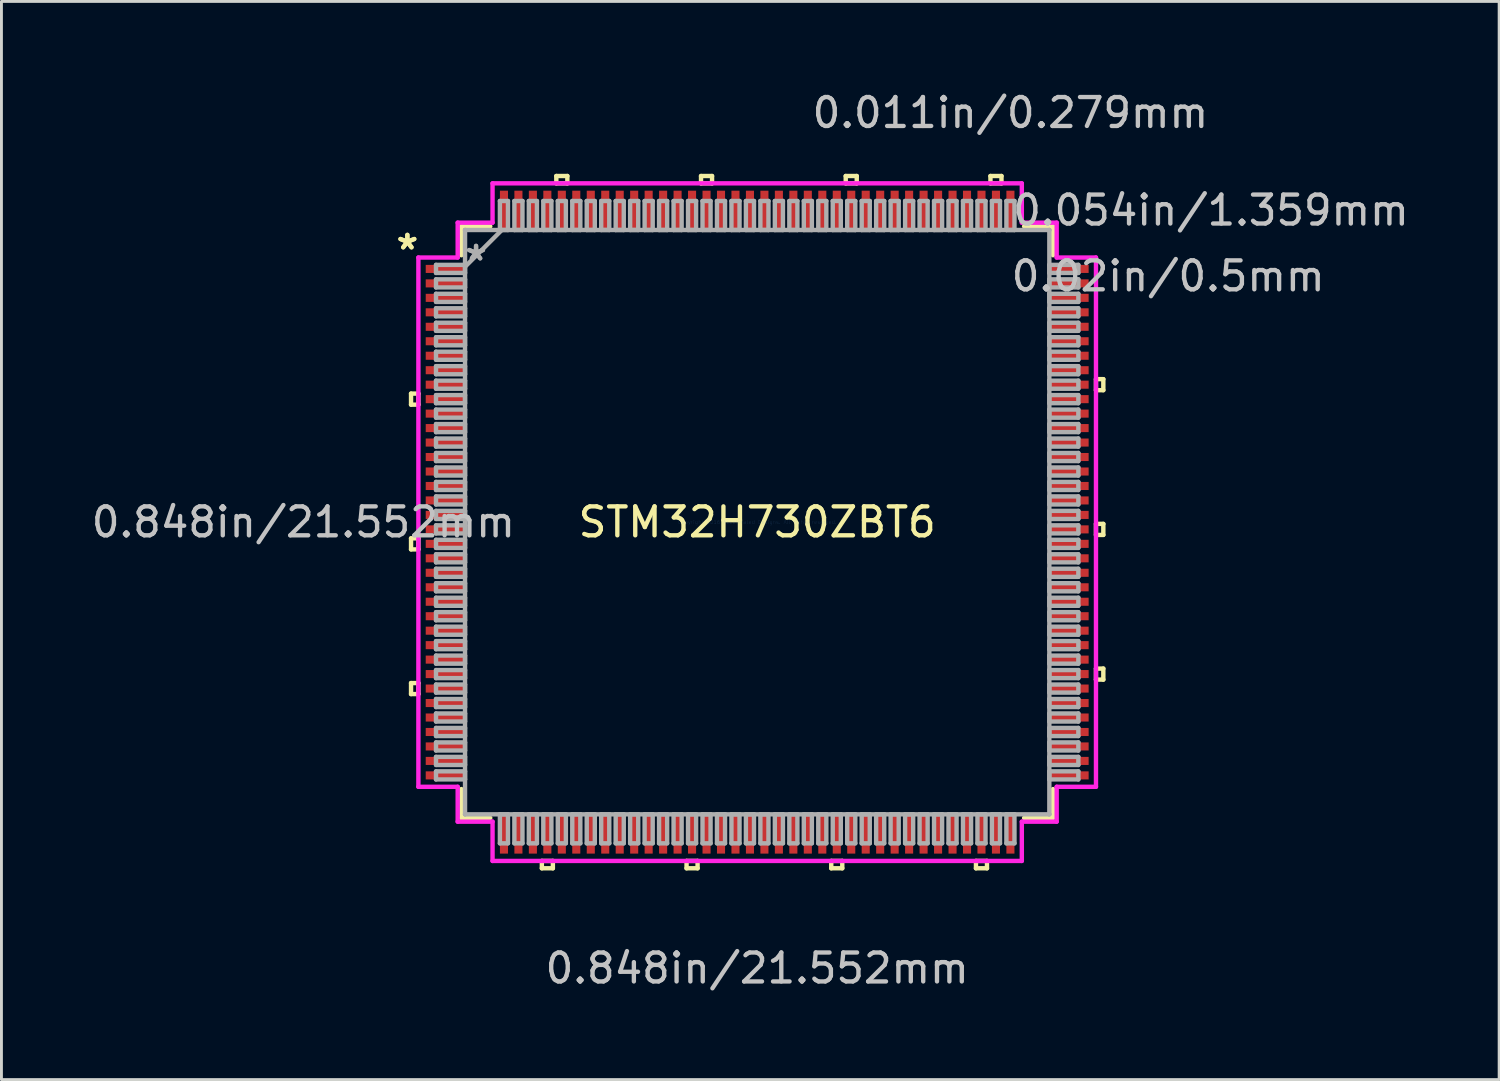
<source format=kicad_pcb>
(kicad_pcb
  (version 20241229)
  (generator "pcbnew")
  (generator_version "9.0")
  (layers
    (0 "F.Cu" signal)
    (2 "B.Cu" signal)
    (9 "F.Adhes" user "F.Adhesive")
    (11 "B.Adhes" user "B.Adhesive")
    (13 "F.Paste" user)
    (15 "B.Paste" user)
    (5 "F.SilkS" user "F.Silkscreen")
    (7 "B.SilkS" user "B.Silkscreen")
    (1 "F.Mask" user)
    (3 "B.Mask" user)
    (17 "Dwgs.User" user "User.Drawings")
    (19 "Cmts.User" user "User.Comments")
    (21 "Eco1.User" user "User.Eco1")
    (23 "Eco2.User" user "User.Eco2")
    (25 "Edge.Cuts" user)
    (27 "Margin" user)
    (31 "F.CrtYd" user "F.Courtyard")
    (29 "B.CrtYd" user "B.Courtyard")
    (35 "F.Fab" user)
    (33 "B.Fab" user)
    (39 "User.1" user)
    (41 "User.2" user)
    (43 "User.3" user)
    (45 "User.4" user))
  (footprint "STM32H730ZBT6"
    (layer "F.Cu")
    (at 23.119 14.996)
    (property "Reference" "STM32H730ZBT6" (at 0 0 0) (layer "F.SilkS") (effects (font (size 1 1) (thickness 0.15))))
    (attr through_hole)
    (fp_line (start -11.963 -4.442) (end -11.963 -4.061) (stroke (width 0.152) (type solid)) (layer "F.SilkS"))
    (fp_line (start -11.963 -4.061) (end -11.709 -4.061) (stroke (width 0.152) (type solid)) (layer "F.SilkS"))
    (fp_line (start -11.963 0.56) (end -11.963 0.941) (stroke (width 0.152) (type solid)) (layer "F.SilkS"))
    (fp_line (start -11.963 0.941) (end -11.709 0.941) (stroke (width 0.152) (type solid)) (layer "F.SilkS"))
    (fp_line (start -11.963 5.561) (end -11.963 5.942) (stroke (width 0.152) (type solid)) (layer "F.SilkS"))
    (fp_line (start -11.963 5.942) (end -11.709 5.942) (stroke (width 0.152) (type solid)) (layer "F.SilkS"))
    (fp_line (start -11.709 -4.442) (end -11.963 -4.442) (stroke (width 0.152) (type solid)) (layer "F.SilkS"))
    (fp_line (start -11.709 -4.061) (end -11.709 -4.442) (stroke (width 0.152) (type solid)) (layer "F.SilkS"))
    (fp_line (start -11.709 0.56) (end -11.963 0.56) (stroke (width 0.152) (type solid)) (layer "F.SilkS"))
    (fp_line (start -11.709 0.941) (end -11.709 0.56) (stroke (width 0.152) (type solid)) (layer "F.SilkS"))
    (fp_line (start -11.709 5.561) (end -11.963 5.561) (stroke (width 0.152) (type solid)) (layer "F.SilkS"))
    (fp_line (start -11.709 5.942) (end -11.709 5.561) (stroke (width 0.152) (type solid)) (layer "F.SilkS"))
    (fp_line (start -10.223 -10.223) (end -10.223 -9.225) (stroke (width 0.152) (type solid)) (layer "F.SilkS"))
    (fp_line (start -10.223 9.225) (end -10.223 10.223) (stroke (width 0.152) (type solid)) (layer "F.SilkS"))
    (fp_line (start -10.223 10.223) (end -9.225 10.223) (stroke (width 0.152) (type solid)) (layer "F.SilkS"))
    (fp_line (start -9.225 -10.223) (end -10.223 -10.223) (stroke (width 0.152) (type solid)) (layer "F.SilkS"))
    (fp_line (start -7.442 11.709) (end -7.442 11.963) (stroke (width 0.152) (type solid)) (layer "F.SilkS"))
    (fp_line (start -7.442 11.963) (end -7.061 11.963) (stroke (width 0.152) (type solid)) (layer "F.SilkS"))
    (fp_line (start -7.061 11.709) (end -7.442 11.709) (stroke (width 0.152) (type solid)) (layer "F.SilkS"))
    (fp_line (start -7.061 11.963) (end -7.061 11.709) (stroke (width 0.152) (type solid)) (layer "F.SilkS"))
    (fp_line (start -6.942 -11.963) (end -6.561 -11.963) (stroke (width 0.152) (type solid)) (layer "F.SilkS"))
    (fp_line (start -6.942 -11.709) (end -6.942 -11.963) (stroke (width 0.152) (type solid)) (layer "F.SilkS"))
    (fp_line (start -6.561 -11.963) (end -6.561 -11.709) (stroke (width 0.152) (type solid)) (layer "F.SilkS"))
    (fp_line (start -6.561 -11.709) (end -6.942 -11.709) (stroke (width 0.152) (type solid)) (layer "F.SilkS"))
    (fp_line (start -2.441 11.709) (end -2.441 11.963) (stroke (width 0.152) (type solid)) (layer "F.SilkS"))
    (fp_line (start -2.441 11.963) (end -2.06 11.963) (stroke (width 0.152) (type solid)) (layer "F.SilkS"))
    (fp_line (start -2.06 11.709) (end -2.441 11.709) (stroke (width 0.152) (type solid)) (layer "F.SilkS"))
    (fp_line (start -2.06 11.963) (end -2.06 11.709) (stroke (width 0.152) (type solid)) (layer "F.SilkS"))
    (fp_line (start -1.941 -11.963) (end -1.56 -11.963) (stroke (width 0.152) (type solid)) (layer "F.SilkS"))
    (fp_line (start -1.941 -11.709) (end -1.941 -11.963) (stroke (width 0.152) (type solid)) (layer "F.SilkS"))
    (fp_line (start -1.56 -11.963) (end -1.56 -11.709) (stroke (width 0.152) (type solid)) (layer "F.SilkS"))
    (fp_line (start -1.56 -11.709) (end -1.941 -11.709) (stroke (width 0.152) (type solid)) (layer "F.SilkS"))
    (fp_line (start 2.56 11.709) (end 2.56 11.963) (stroke (width 0.152) (type solid)) (layer "F.SilkS"))
    (fp_line (start 2.56 11.963) (end 2.941 11.963) (stroke (width 0.152) (type solid)) (layer "F.SilkS"))
    (fp_line (start 2.941 11.709) (end 2.56 11.709) (stroke (width 0.152) (type solid)) (layer "F.SilkS"))
    (fp_line (start 2.941 11.963) (end 2.941 11.709) (stroke (width 0.152) (type solid)) (layer "F.SilkS"))
    (fp_line (start 3.06 -11.963) (end 3.441 -11.963) (stroke (width 0.152) (type solid)) (layer "F.SilkS"))
    (fp_line (start 3.06 -11.709) (end 3.06 -11.963) (stroke (width 0.152) (type solid)) (layer "F.SilkS"))
    (fp_line (start 3.441 -11.963) (end 3.441 -11.709) (stroke (width 0.152) (type solid)) (layer "F.SilkS"))
    (fp_line (start 3.441 -11.709) (end 3.06 -11.709) (stroke (width 0.152) (type solid)) (layer "F.SilkS"))
    (fp_line (start 7.561 11.709) (end 7.561 11.963) (stroke (width 0.152) (type solid)) (layer "F.SilkS"))
    (fp_line (start 7.561 11.963) (end 7.942 11.963) (stroke (width 0.152) (type solid)) (layer "F.SilkS"))
    (fp_line (start 7.942 11.709) (end 7.561 11.709) (stroke (width 0.152) (type solid)) (layer "F.SilkS"))
    (fp_line (start 7.942 11.963) (end 7.942 11.709) (stroke (width 0.152) (type solid)) (layer "F.SilkS"))
    (fp_line (start 8.062 -11.963) (end 8.443 -11.963) (stroke (width 0.152) (type solid)) (layer "F.SilkS"))
    (fp_line (start 8.062 -11.709) (end 8.062 -11.963) (stroke (width 0.152) (type solid)) (layer "F.SilkS"))
    (fp_line (start 8.443 -11.963) (end 8.443 -11.709) (stroke (width 0.152) (type solid)) (layer "F.SilkS"))
    (fp_line (start 8.443 -11.709) (end 8.062 -11.709) (stroke (width 0.152) (type solid)) (layer "F.SilkS"))
    (fp_line (start 9.225 10.223) (end 10.223 10.223) (stroke (width 0.152) (type solid)) (layer "F.SilkS"))
    (fp_line (start 10.223 -10.223) (end 9.225 -10.223) (stroke (width 0.152) (type solid)) (layer "F.SilkS"))
    (fp_line (start 10.223 -9.225) (end 10.223 -10.223) (stroke (width 0.152) (type solid)) (layer "F.SilkS"))
    (fp_line (start 10.223 10.223) (end 10.223 9.225) (stroke (width 0.152) (type solid)) (layer "F.SilkS"))
    (fp_line (start 11.709 -4.942) (end 11.963 -4.942) (stroke (width 0.152) (type solid)) (layer "F.SilkS"))
    (fp_line (start 11.709 -4.561) (end 11.709 -4.942) (stroke (width 0.152) (type solid)) (layer "F.SilkS"))
    (fp_line (start 11.709 0.06) (end 11.963 0.06) (stroke (width 0.152) (type solid)) (layer "F.SilkS"))
    (fp_line (start 11.709 0.441) (end 11.709 0.06) (stroke (width 0.152) (type solid)) (layer "F.SilkS"))
    (fp_line (start 11.709 5.061) (end 11.963 5.061) (stroke (width 0.152) (type solid)) (layer "F.SilkS"))
    (fp_line (start 11.709 5.442) (end 11.709 5.061) (stroke (width 0.152) (type solid)) (layer "F.SilkS"))
    (fp_line (start 11.963 -4.942) (end 11.963 -4.561) (stroke (width 0.152) (type solid)) (layer "F.SilkS"))
    (fp_line (start 11.963 -4.561) (end 11.709 -4.561) (stroke (width 0.152) (type solid)) (layer "F.SilkS"))
    (fp_line (start 11.963 0.06) (end 11.963 0.441) (stroke (width 0.152) (type solid)) (layer "F.SilkS"))
    (fp_line (start 11.963 0.441) (end 11.709 0.441) (stroke (width 0.152) (type solid)) (layer "F.SilkS"))
    (fp_line (start 11.963 5.061) (end 11.963 5.442) (stroke (width 0.152) (type solid)) (layer "F.SilkS"))
    (fp_line (start 11.963 5.442) (end 11.709 5.442) (stroke (width 0.152) (type solid)) (layer "F.SilkS"))
    (fp_line (start -11.709 -9.146) (end -10.351 -9.146) (stroke (width 0.152) (type solid)) (layer "F.CrtYd"))
    (fp_line (start -11.709 9.146) (end -11.709 -9.146) (stroke (width 0.152) (type solid)) (layer "F.CrtYd"))
    (fp_line (start -10.351 -10.351) (end -9.146 -10.351) (stroke (width 0.152) (type solid)) (layer "F.CrtYd"))
    (fp_line (start -10.351 -9.146) (end -10.351 -10.351) (stroke (width 0.152) (type solid)) (layer "F.CrtYd"))
    (fp_line (start -10.351 9.146) (end -11.709 9.146) (stroke (width 0.152) (type solid)) (layer "F.CrtYd"))
    (fp_line (start -10.351 10.351) (end -10.351 9.146) (stroke (width 0.152) (type solid)) (layer "F.CrtYd"))
    (fp_line (start -9.146 -11.709) (end 9.146 -11.709) (stroke (width 0.152) (type solid)) (layer "F.CrtYd"))
    (fp_line (start -9.146 -10.351) (end -9.146 -11.709) (stroke (width 0.152) (type solid)) (layer "F.CrtYd"))
    (fp_line (start -9.146 10.351) (end -10.351 10.351) (stroke (width 0.152) (type solid)) (layer "F.CrtYd"))
    (fp_line (start -9.146 11.709) (end -9.146 10.351) (stroke (width 0.152) (type solid)) (layer "F.CrtYd"))
    (fp_line (start 9.146 -11.709) (end 9.146 -10.351) (stroke (width 0.152) (type solid)) (layer "F.CrtYd"))
    (fp_line (start 9.146 -10.351) (end 10.351 -10.351) (stroke (width 0.152) (type solid)) (layer "F.CrtYd"))
    (fp_line (start 9.146 10.351) (end 9.146 11.709) (stroke (width 0.152) (type solid)) (layer "F.CrtYd"))
    (fp_line (start 9.146 11.709) (end -9.146 11.709) (stroke (width 0.152) (type solid)) (layer "F.CrtYd"))
    (fp_line (start 10.351 -10.351) (end 10.351 -9.146) (stroke (width 0.152) (type solid)) (layer "F.CrtYd"))
    (fp_line (start 10.351 -9.146) (end 11.709 -9.146) (stroke (width 0.152) (type solid)) (layer "F.CrtYd"))
    (fp_line (start 10.351 9.146) (end 10.351 10.351) (stroke (width 0.152) (type solid)) (layer "F.CrtYd"))
    (fp_line (start 10.351 10.351) (end 9.146 10.351) (stroke (width 0.152) (type solid)) (layer "F.CrtYd"))
    (fp_line (start 11.709 -9.146) (end 11.709 9.146) (stroke (width 0.152) (type solid)) (layer "F.CrtYd"))
    (fp_line (start 11.709 9.146) (end 10.351 9.146) (stroke (width 0.152) (type solid)) (layer "F.CrtYd"))
    (fp_line (start -11.1 -8.892) (end -11.1 -8.613) (stroke (width 0.152) (type solid)) (layer "F.Fab"))
    (fp_line (start -11.1 -8.613) (end -10.097 -8.613) (stroke (width 0.152) (type solid)) (layer "F.Fab"))
    (fp_line (start -11.1 -8.392) (end -11.1 -8.112) (stroke (width 0.152) (type solid)) (layer "F.Fab"))
    (fp_line (start -11.1 -8.112) (end -10.097 -8.112) (stroke (width 0.152) (type solid)) (layer "F.Fab"))
    (fp_line (start -11.1 -7.892) (end -11.1 -7.612) (stroke (width 0.152) (type solid)) (layer "F.Fab"))
    (fp_line (start -11.1 -7.612) (end -10.097 -7.612) (stroke (width 0.152) (type solid)) (layer "F.Fab"))
    (fp_line (start -11.1 -7.392) (end -11.1 -7.112) (stroke (width 0.152) (type solid)) (layer "F.Fab"))
    (fp_line (start -11.1 -7.112) (end -10.097 -7.112) (stroke (width 0.152) (type solid)) (layer "F.Fab"))
    (fp_line (start -11.1 -6.891) (end -11.1 -6.612) (stroke (width 0.152) (type solid)) (layer "F.Fab"))
    (fp_line (start -11.1 -6.612) (end -10.097 -6.612) (stroke (width 0.152) (type solid)) (layer "F.Fab"))
    (fp_line (start -11.1 -6.391) (end -11.1 -6.112) (stroke (width 0.152) (type solid)) (layer "F.Fab"))
    (fp_line (start -11.1 -6.112) (end -10.097 -6.112) (stroke (width 0.152) (type solid)) (layer "F.Fab"))
    (fp_line (start -11.1 -5.891) (end -11.1 -5.612) (stroke (width 0.152) (type solid)) (layer "F.Fab"))
    (fp_line (start -11.1 -5.612) (end -10.097 -5.612) (stroke (width 0.152) (type solid)) (layer "F.Fab"))
    (fp_line (start -11.1 -5.391) (end -11.1 -5.112) (stroke (width 0.152) (type solid)) (layer "F.Fab"))
    (fp_line (start -11.1 -5.112) (end -10.097 -5.112) (stroke (width 0.152) (type solid)) (layer "F.Fab"))
    (fp_line (start -11.1 -4.891) (end -11.1 -4.611) (stroke (width 0.152) (type solid)) (layer "F.Fab"))
    (fp_line (start -11.1 -4.611) (end -10.097 -4.611) (stroke (width 0.152) (type solid)) (layer "F.Fab"))
    (fp_line (start -11.1 -4.391) (end -11.1 -4.111) (stroke (width 0.152) (type solid)) (layer "F.Fab"))
    (fp_line (start -11.1 -4.111) (end -10.097 -4.111) (stroke (width 0.152) (type solid)) (layer "F.Fab"))
    (fp_line (start -11.1 -3.891) (end -11.1 -3.611) (stroke (width 0.152) (type solid)) (layer "F.Fab"))
    (fp_line (start -11.1 -3.611) (end -10.097 -3.611) (stroke (width 0.152) (type solid)) (layer "F.Fab"))
    (fp_line (start -11.1 -3.391) (end -11.1 -3.111) (stroke (width 0.152) (type solid)) (layer "F.Fab"))
    (fp_line (start -11.1 -3.111) (end -10.097 -3.111) (stroke (width 0.152) (type solid)) (layer "F.Fab"))
    (fp_line (start -11.1 -2.89) (end -11.1 -2.611) (stroke (width 0.152) (type solid)) (layer "F.Fab"))
    (fp_line (start -11.1 -2.611) (end -10.097 -2.611) (stroke (width 0.152) (type solid)) (layer "F.Fab"))
    (fp_line (start -11.1 -2.39) (end -11.1 -2.111) (stroke (width 0.152) (type solid)) (layer "F.Fab"))
    (fp_line (start -11.1 -2.111) (end -10.097 -2.111) (stroke (width 0.152) (type solid)) (layer "F.Fab"))
    (fp_line (start -11.1 -1.89) (end -11.1 -1.611) (stroke (width 0.152) (type solid)) (layer "F.Fab"))
    (fp_line (start -11.1 -1.611) (end -10.097 -1.611) (stroke (width 0.152) (type solid)) (layer "F.Fab"))
    (fp_line (start -11.1 -1.39) (end -11.1 -1.111) (stroke (width 0.152) (type solid)) (layer "F.Fab"))
    (fp_line (start -11.1 -1.111) (end -10.097 -1.111) (stroke (width 0.152) (type solid)) (layer "F.Fab"))
    (fp_line (start -11.1 -0.89) (end -11.1 -0.61) (stroke (width 0.152) (type solid)) (layer "F.Fab"))
    (fp_line (start -11.1 -0.61) (end -10.097 -0.61) (stroke (width 0.152) (type solid)) (layer "F.Fab"))
    (fp_line (start -11.1 -0.39) (end -11.1 -0.11) (stroke (width 0.152) (type solid)) (layer "F.Fab"))
    (fp_line (start -11.1 -0.11) (end -10.097 -0.11) (stroke (width 0.152) (type solid)) (layer "F.Fab"))
    (fp_line (start -11.1 0.11) (end -11.1 0.39) (stroke (width 0.152) (type solid)) (layer "F.Fab"))
    (fp_line (start -11.1 0.39) (end -10.097 0.39) (stroke (width 0.152) (type solid)) (layer "F.Fab"))
    (fp_line (start -11.1 0.61) (end -11.1 0.89) (stroke (width 0.152) (type solid)) (layer "F.Fab"))
    (fp_line (start -11.1 0.89) (end -10.097 0.89) (stroke (width 0.152) (type solid)) (layer "F.Fab"))
    (fp_line (start -11.1 1.111) (end -11.1 1.39) (stroke (width 0.152) (type solid)) (layer "F.Fab"))
    (fp_line (start -11.1 1.39) (end -10.097 1.39) (stroke (width 0.152) (type solid)) (layer "F.Fab"))
    (fp_line (start -11.1 1.611) (end -11.1 1.89) (stroke (width 0.152) (type solid)) (layer "F.Fab"))
    (fp_line (start -11.1 1.89) (end -10.097 1.89) (stroke (width 0.152) (type solid)) (layer "F.Fab"))
    (fp_line (start -11.1 2.111) (end -11.1 2.39) (stroke (width 0.152) (type solid)) (layer "F.Fab"))
    (fp_line (start -11.1 2.39) (end -10.097 2.39) (stroke (width 0.152) (type solid)) (layer "F.Fab"))
    (fp_line (start -11.1 2.611) (end -11.1 2.89) (stroke (width 0.152) (type solid)) (layer "F.Fab"))
    (fp_line (start -11.1 2.89) (end -10.097 2.89) (stroke (width 0.152) (type solid)) (layer "F.Fab"))
    (fp_line (start -11.1 3.111) (end -11.1 3.391) (stroke (width 0.152) (type solid)) (layer "F.Fab"))
    (fp_line (start -11.1 3.391) (end -10.097 3.391) (stroke (width 0.152) (type solid)) (layer "F.Fab"))
    (fp_line (start -11.1 3.611) (end -11.1 3.891) (stroke (width 0.152) (type solid)) (layer "F.Fab"))
    (fp_line (start -11.1 3.891) (end -10.097 3.891) (stroke (width 0.152) (type solid)) (layer "F.Fab"))
    (fp_line (start -11.1 4.111) (end -11.1 4.391) (stroke (width 0.152) (type solid)) (layer "F.Fab"))
    (fp_line (start -11.1 4.391) (end -10.097 4.391) (stroke (width 0.152) (type solid)) (layer "F.Fab"))
    (fp_line (start -11.1 4.611) (end -11.1 4.891) (stroke (width 0.152) (type solid)) (layer "F.Fab"))
    (fp_line (start -11.1 4.891) (end -10.097 4.891) (stroke (width 0.152) (type solid)) (layer "F.Fab"))
    (fp_line (start -11.1 5.112) (end -11.1 5.391) (stroke (width 0.152) (type solid)) (layer "F.Fab"))
    (fp_line (start -11.1 5.391) (end -10.097 5.391) (stroke (width 0.152) (type solid)) (layer "F.Fab"))
    (fp_line (start -11.1 5.612) (end -11.1 5.891) (stroke (width 0.152) (type solid)) (layer "F.Fab"))
    (fp_line (start -11.1 5.891) (end -10.097 5.891) (stroke (width 0.152) (type solid)) (layer "F.Fab"))
    (fp_line (start -11.1 6.112) (end -11.1 6.391) (stroke (width 0.152) (type solid)) (layer "F.Fab"))
    (fp_line (start -11.1 6.391) (end -10.097 6.391) (stroke (width 0.152) (type solid)) (layer "F.Fab"))
    (fp_line (start -11.1 6.612) (end -11.1 6.891) (stroke (width 0.152) (type solid)) (layer "F.Fab"))
    (fp_line (start -11.1 6.891) (end -10.097 6.891) (stroke (width 0.152) (type solid)) (layer "F.Fab"))
    (fp_line (start -11.1 7.112) (end -11.1 7.392) (stroke (width 0.152) (type solid)) (layer "F.Fab"))
    (fp_line (start -11.1 7.392) (end -10.097 7.392) (stroke (width 0.152) (type solid)) (layer "F.Fab"))
    (fp_line (start -11.1 7.612) (end -11.1 7.892) (stroke (width 0.152) (type solid)) (layer "F.Fab"))
    (fp_line (start -11.1 7.892) (end -10.097 7.892) (stroke (width 0.152) (type solid)) (layer "F.Fab"))
    (fp_line (start -11.1 8.112) (end -11.1 8.392) (stroke (width 0.152) (type solid)) (layer "F.Fab"))
    (fp_line (start -11.1 8.392) (end -10.097 8.392) (stroke (width 0.152) (type solid)) (layer "F.Fab"))
    (fp_line (start -11.1 8.613) (end -11.1 8.892) (stroke (width 0.152) (type solid)) (layer "F.Fab"))
    (fp_line (start -11.1 8.892) (end -10.097 8.892) (stroke (width 0.152) (type solid)) (layer "F.Fab"))
    (fp_line (start -10.097 -10.097) (end -10.097 -10.097) (stroke (width 0.152) (type solid)) (layer "F.Fab"))
    (fp_line (start -10.097 -10.097) (end -10.097 10.097) (stroke (width 0.152) (type solid)) (layer "F.Fab"))
    (fp_line (start -10.097 -8.892) (end -11.1 -8.892) (stroke (width 0.152) (type solid)) (layer "F.Fab"))
    (fp_line (start -10.097 -8.826) (end -8.826 -10.097) (stroke (width 0.152) (type solid)) (layer "F.Fab"))
    (fp_line (start -10.097 -8.613) (end -10.097 -8.892) (stroke (width 0.152) (type solid)) (layer "F.Fab"))
    (fp_line (start -10.097 -8.392) (end -11.1 -8.392) (stroke (width 0.152) (type solid)) (layer "F.Fab"))
    (fp_line (start -10.097 -8.112) (end -10.097 -8.392) (stroke (width 0.152) (type solid)) (layer "F.Fab"))
    (fp_line (start -10.097 -7.892) (end -11.1 -7.892) (stroke (width 0.152) (type solid)) (layer "F.Fab"))
    (fp_line (start -10.097 -7.612) (end -10.097 -7.892) (stroke (width 0.152) (type solid)) (layer "F.Fab"))
    (fp_line (start -10.097 -7.392) (end -11.1 -7.392) (stroke (width 0.152) (type solid)) (layer "F.Fab"))
    (fp_line (start -10.097 -7.112) (end -10.097 -7.392) (stroke (width 0.152) (type solid)) (layer "F.Fab"))
    (fp_line (start -10.097 -6.891) (end -11.1 -6.891) (stroke (width 0.152) (type solid)) (layer "F.Fab"))
    (fp_line (start -10.097 -6.612) (end -10.097 -6.891) (stroke (width 0.152) (type solid)) (layer "F.Fab"))
    (fp_line (start -10.097 -6.391) (end -11.1 -6.391) (stroke (width 0.152) (type solid)) (layer "F.Fab"))
    (fp_line (start -10.097 -6.112) (end -10.097 -6.391) (stroke (width 0.152) (type solid)) (layer "F.Fab"))
    (fp_line (start -10.097 -5.891) (end -11.1 -5.891) (stroke (width 0.152) (type solid)) (layer "F.Fab"))
    (fp_line (start -10.097 -5.612) (end -10.097 -5.891) (stroke (width 0.152) (type solid)) (layer "F.Fab"))
    (fp_line (start -10.097 -5.391) (end -11.1 -5.391) (stroke (width 0.152) (type solid)) (layer "F.Fab"))
    (fp_line (start -10.097 -5.112) (end -10.097 -5.391) (stroke (width 0.152) (type solid)) (layer "F.Fab"))
    (fp_line (start -10.097 -4.891) (end -11.1 -4.891) (stroke (width 0.152) (type solid)) (layer "F.Fab"))
    (fp_line (start -10.097 -4.611) (end -10.097 -4.891) (stroke (width 0.152) (type solid)) (layer "F.Fab"))
    (fp_line (start -10.097 -4.391) (end -11.1 -4.391) (stroke (width 0.152) (type solid)) (layer "F.Fab"))
    (fp_line (start -10.097 -4.111) (end -10.097 -4.391) (stroke (width 0.152) (type solid)) (layer "F.Fab"))
    (fp_line (start -10.097 -3.891) (end -11.1 -3.891) (stroke (width 0.152) (type solid)) (layer "F.Fab"))
    (fp_line (start -10.097 -3.611) (end -10.097 -3.891) (stroke (width 0.152) (type solid)) (layer "F.Fab"))
    (fp_line (start -10.097 -3.391) (end -11.1 -3.391) (stroke (width 0.152) (type solid)) (layer "F.Fab"))
    (fp_line (start -10.097 -3.111) (end -10.097 -3.391) (stroke (width 0.152) (type solid)) (layer "F.Fab"))
    (fp_line (start -10.097 -2.89) (end -11.1 -2.89) (stroke (width 0.152) (type solid)) (layer "F.Fab"))
    (fp_line (start -10.097 -2.611) (end -10.097 -2.89) (stroke (width 0.152) (type solid)) (layer "F.Fab"))
    (fp_line (start -10.097 -2.39) (end -11.1 -2.39) (stroke (width 0.152) (type solid)) (layer "F.Fab"))
    (fp_line (start -10.097 -2.111) (end -10.097 -2.39) (stroke (width 0.152) (type solid)) (layer "F.Fab"))
    (fp_line (start -10.097 -1.89) (end -11.1 -1.89) (stroke (width 0.152) (type solid)) (layer "F.Fab"))
    (fp_line (start -10.097 -1.611) (end -10.097 -1.89) (stroke (width 0.152) (type solid)) (layer "F.Fab"))
    (fp_line (start -10.097 -1.39) (end -11.1 -1.39) (stroke (width 0.152) (type solid)) (layer "F.Fab"))
    (fp_line (start -10.097 -1.111) (end -10.097 -1.39) (stroke (width 0.152) (type solid)) (layer "F.Fab"))
    (fp_line (start -10.097 -0.89) (end -11.1 -0.89) (stroke (width 0.152) (type solid)) (layer "F.Fab"))
    (fp_line (start -10.097 -0.61) (end -10.097 -0.89) (stroke (width 0.152) (type solid)) (layer "F.Fab"))
    (fp_line (start -10.097 -0.39) (end -11.1 -0.39) (stroke (width 0.152) (type solid)) (layer "F.Fab"))
    (fp_line (start -10.097 -0.11) (end -10.097 -0.39) (stroke (width 0.152) (type solid)) (layer "F.Fab"))
    (fp_line (start -10.097 0.11) (end -11.1 0.11) (stroke (width 0.152) (type solid)) (layer "F.Fab"))
    (fp_line (start -10.097 0.39) (end -10.097 0.11) (stroke (width 0.152) (type solid)) (layer "F.Fab"))
    (fp_line (start -10.097 0.61) (end -11.1 0.61) (stroke (width 0.152) (type solid)) (layer "F.Fab"))
    (fp_line (start -10.097 0.89) (end -10.097 0.61) (stroke (width 0.152) (type solid)) (layer "F.Fab"))
    (fp_line (start -10.097 1.111) (end -11.1 1.111) (stroke (width 0.152) (type solid)) (layer "F.Fab"))
    (fp_line (start -10.097 1.39) (end -10.097 1.111) (stroke (width 0.152) (type solid)) (layer "F.Fab"))
    (fp_line (start -10.097 1.611) (end -11.1 1.611) (stroke (width 0.152) (type solid)) (layer "F.Fab"))
    (fp_line (start -10.097 1.89) (end -10.097 1.611) (stroke (width 0.152) (type solid)) (layer "F.Fab"))
    (fp_line (start -10.097 2.111) (end -11.1 2.111) (stroke (width 0.152) (type solid)) (layer "F.Fab"))
    (fp_line (start -10.097 2.39) (end -10.097 2.111) (stroke (width 0.152) (type solid)) (layer "F.Fab"))
    (fp_line (start -10.097 2.611) (end -11.1 2.611) (stroke (width 0.152) (type solid)) (layer "F.Fab"))
    (fp_line (start -10.097 2.89) (end -10.097 2.611) (stroke (width 0.152) (type solid)) (layer "F.Fab"))
    (fp_line (start -10.097 3.111) (end -11.1 3.111) (stroke (width 0.152) (type solid)) (layer "F.Fab"))
    (fp_line (start -10.097 3.391) (end -10.097 3.111) (stroke (width 0.152) (type solid)) (layer "F.Fab"))
    (fp_line (start -10.097 3.611) (end -11.1 3.611) (stroke (width 0.152) (type solid)) (layer "F.Fab"))
    (fp_line (start -10.097 3.891) (end -10.097 3.611) (stroke (width 0.152) (type solid)) (layer "F.Fab"))
    (fp_line (start -10.097 4.111) (end -11.1 4.111) (stroke (width 0.152) (type solid)) (layer "F.Fab"))
    (fp_line (start -10.097 4.391) (end -10.097 4.111) (stroke (width 0.152) (type solid)) (layer "F.Fab"))
    (fp_line (start -10.097 4.611) (end -11.1 4.611) (stroke (width 0.152) (type solid)) (layer "F.Fab"))
    (fp_line (start -10.097 4.891) (end -10.097 4.611) (stroke (width 0.152) (type solid)) (layer "F.Fab"))
    (fp_line (start -10.097 5.112) (end -11.1 5.112) (stroke (width 0.152) (type solid)) (layer "F.Fab"))
    (fp_line (start -10.097 5.391) (end -10.097 5.112) (stroke (width 0.152) (type solid)) (layer "F.Fab"))
    (fp_line (start -10.097 5.612) (end -11.1 5.612) (stroke (width 0.152) (type solid)) (layer "F.Fab"))
    (fp_line (start -10.097 5.891) (end -10.097 5.612) (stroke (width 0.152) (type solid)) (layer "F.Fab"))
    (fp_line (start -10.097 6.112) (end -11.1 6.112) (stroke (width 0.152) (type solid)) (layer "F.Fab"))
    (fp_line (start -10.097 6.391) (end -10.097 6.112) (stroke (width 0.152) (type solid)) (layer "F.Fab"))
    (fp_line (start -10.097 6.612) (end -11.1 6.612) (stroke (width 0.152) (type solid)) (layer "F.Fab"))
    (fp_line (start -10.097 6.891) (end -10.097 6.612) (stroke (width 0.152) (type solid)) (layer "F.Fab"))
    (fp_line (start -10.097 7.112) (end -11.1 7.112) (stroke (width 0.152) (type solid)) (layer "F.Fab"))
    (fp_line (start -10.097 7.392) (end -10.097 7.112) (stroke (width 0.152) (type solid)) (layer "F.Fab"))
    (fp_line (start -10.097 7.612) (end -11.1 7.612) (stroke (width 0.152) (type solid)) (layer "F.Fab"))
    (fp_line (start -10.097 7.892) (end -10.097 7.612) (stroke (width 0.152) (type solid)) (layer "F.Fab"))
    (fp_line (start -10.097 8.112) (end -11.1 8.112) (stroke (width 0.152) (type solid)) (layer "F.Fab"))
    (fp_line (start -10.097 8.392) (end -10.097 8.112) (stroke (width 0.152) (type solid)) (layer "F.Fab"))
    (fp_line (start -10.097 8.613) (end -11.1 8.613) (stroke (width 0.152) (type solid)) (layer "F.Fab"))
    (fp_line (start -10.097 8.892) (end -10.097 8.613) (stroke (width 0.152) (type solid)) (layer "F.Fab"))
    (fp_line (start -10.097 10.097) (end -10.097 10.097) (stroke (width 0.152) (type solid)) (layer "F.Fab"))
    (fp_line (start -10.097 10.097) (end 10.097 10.097) (stroke (width 0.152) (type solid)) (layer "F.Fab"))
    (fp_line (start -8.892 -11.1) (end -8.892 -10.097) (stroke (width 0.152) (type solid)) (layer "F.Fab"))
    (fp_line (start -8.892 -10.097) (end -8.613 -10.097) (stroke (width 0.152) (type solid)) (layer "F.Fab"))
    (fp_line (start -8.892 10.097) (end -8.892 11.1) (stroke (width 0.152) (type solid)) (layer "F.Fab"))
    (fp_line (start -8.892 11.1) (end -8.613 11.1) (stroke (width 0.152) (type solid)) (layer "F.Fab"))
    (fp_line (start -8.613 -11.1) (end -8.892 -11.1) (stroke (width 0.152) (type solid)) (layer "F.Fab"))
    (fp_line (start -8.613 -10.097) (end -8.613 -11.1) (stroke (width 0.152) (type solid)) (layer "F.Fab"))
    (fp_line (start -8.613 10.097) (end -8.892 10.097) (stroke (width 0.152) (type solid)) (layer "F.Fab"))
    (fp_line (start -8.613 11.1) (end -8.613 10.097) (stroke (width 0.152) (type solid)) (layer "F.Fab"))
    (fp_line (start -8.392 -11.1) (end -8.392 -10.097) (stroke (width 0.152) (type solid)) (layer "F.Fab"))
    (fp_line (start -8.392 -10.097) (end -8.112 -10.097) (stroke (width 0.152) (type solid)) (layer "F.Fab"))
    (fp_line (start -8.392 10.097) (end -8.392 11.1) (stroke (width 0.152) (type solid)) (layer "F.Fab"))
    (fp_line (start -8.392 11.1) (end -8.112 11.1) (stroke (width 0.152) (type solid)) (layer "F.Fab"))
    (fp_line (start -8.112 -11.1) (end -8.392 -11.1) (stroke (width 0.152) (type solid)) (layer "F.Fab"))
    (fp_line (start -8.112 -10.097) (end -8.112 -11.1) (stroke (width 0.152) (type solid)) (layer "F.Fab"))
    (fp_line (start -8.112 10.097) (end -8.392 10.097) (stroke (width 0.152) (type solid)) (layer "F.Fab"))
    (fp_line (start -8.112 11.1) (end -8.112 10.097) (stroke (width 0.152) (type solid)) (layer "F.Fab"))
    (fp_line (start -7.892 -11.1) (end -7.892 -10.097) (stroke (width 0.152) (type solid)) (layer "F.Fab"))
    (fp_line (start -7.892 -10.097) (end -7.612 -10.097) (stroke (width 0.152) (type solid)) (layer "F.Fab"))
    (fp_line (start -7.892 10.097) (end -7.892 11.1) (stroke (width 0.152) (type solid)) (layer "F.Fab"))
    (fp_line (start -7.892 11.1) (end -7.612 11.1) (stroke (width 0.152) (type solid)) (layer "F.Fab"))
    (fp_line (start -7.612 -11.1) (end -7.892 -11.1) (stroke (width 0.152) (type solid)) (layer "F.Fab"))
    (fp_line (start -7.612 -10.097) (end -7.612 -11.1) (stroke (width 0.152) (type solid)) (layer "F.Fab"))
    (fp_line (start -7.612 10.097) (end -7.892 10.097) (stroke (width 0.152) (type solid)) (layer "F.Fab"))
    (fp_line (start -7.612 11.1) (end -7.612 10.097) (stroke (width 0.152) (type solid)) (layer "F.Fab"))
    (fp_line (start -7.392 -11.1) (end -7.392 -10.097) (stroke (width 0.152) (type solid)) (layer "F.Fab"))
    (fp_line (start -7.392 -10.097) (end -7.112 -10.097) (stroke (width 0.152) (type solid)) (layer "F.Fab"))
    (fp_line (start -7.392 10.097) (end -7.392 11.1) (stroke (width 0.152) (type solid)) (layer "F.Fab"))
    (fp_line (start -7.392 11.1) (end -7.112 11.1) (stroke (width 0.152) (type solid)) (layer "F.Fab"))
    (fp_line (start -7.112 -11.1) (end -7.392 -11.1) (stroke (width 0.152) (type solid)) (layer "F.Fab"))
    (fp_line (start -7.112 -10.097) (end -7.112 -11.1) (stroke (width 0.152) (type solid)) (layer "F.Fab"))
    (fp_line (start -7.112 10.097) (end -7.392 10.097) (stroke (width 0.152) (type solid)) (layer "F.Fab"))
    (fp_line (start -7.112 11.1) (end -7.112 10.097) (stroke (width 0.152) (type solid)) (layer "F.Fab"))
    (fp_line (start -6.891 -11.1) (end -6.891 -10.097) (stroke (width 0.152) (type solid)) (layer "F.Fab"))
    (fp_line (start -6.891 -10.097) (end -6.612 -10.097) (stroke (width 0.152) (type solid)) (layer "F.Fab"))
    (fp_line (start -6.891 10.097) (end -6.891 11.1) (stroke (width 0.152) (type solid)) (layer "F.Fab"))
    (fp_line (start -6.891 11.1) (end -6.612 11.1) (stroke (width 0.152) (type solid)) (layer "F.Fab"))
    (fp_line (start -6.612 -11.1) (end -6.891 -11.1) (stroke (width 0.152) (type solid)) (layer "F.Fab"))
    (fp_line (start -6.612 -10.097) (end -6.612 -11.1) (stroke (width 0.152) (type solid)) (layer "F.Fab"))
    (fp_line (start -6.612 10.097) (end -6.891 10.097) (stroke (width 0.152) (type solid)) (layer "F.Fab"))
    (fp_line (start -6.612 11.1) (end -6.612 10.097) (stroke (width 0.152) (type solid)) (layer "F.Fab"))
    (fp_line (start -6.391 -11.1) (end -6.391 -10.097) (stroke (width 0.152) (type solid)) (layer "F.Fab"))
    (fp_line (start -6.391 -10.097) (end -6.112 -10.097) (stroke (width 0.152) (type solid)) (layer "F.Fab"))
    (fp_line (start -6.391 10.097) (end -6.391 11.1) (stroke (width 0.152) (type solid)) (layer "F.Fab"))
    (fp_line (start -6.391 11.1) (end -6.112 11.1) (stroke (width 0.152) (type solid)) (layer "F.Fab"))
    (fp_line (start -6.112 -11.1) (end -6.391 -11.1) (stroke (width 0.152) (type solid)) (layer "F.Fab"))
    (fp_line (start -6.112 -10.097) (end -6.112 -11.1) (stroke (width 0.152) (type solid)) (layer "F.Fab"))
    (fp_line (start -6.112 10.097) (end -6.391 10.097) (stroke (width 0.152) (type solid)) (layer "F.Fab"))
    (fp_line (start -6.112 11.1) (end -6.112 10.097) (stroke (width 0.152) (type solid)) (layer "F.Fab"))
    (fp_line (start -5.891 -11.1) (end -5.891 -10.097) (stroke (width 0.152) (type solid)) (layer "F.Fab"))
    (fp_line (start -5.891 -10.097) (end -5.612 -10.097) (stroke (width 0.152) (type solid)) (layer "F.Fab"))
    (fp_line (start -5.891 10.097) (end -5.891 11.1) (stroke (width 0.152) (type solid)) (layer "F.Fab"))
    (fp_line (start -5.891 11.1) (end -5.612 11.1) (stroke (width 0.152) (type solid)) (layer "F.Fab"))
    (fp_line (start -5.612 -11.1) (end -5.891 -11.1) (stroke (width 0.152) (type solid)) (layer "F.Fab"))
    (fp_line (start -5.612 -10.097) (end -5.612 -11.1) (stroke (width 0.152) (type solid)) (layer "F.Fab"))
    (fp_line (start -5.612 10.097) (end -5.891 10.097) (stroke (width 0.152) (type solid)) (layer "F.Fab"))
    (fp_line (start -5.612 11.1) (end -5.612 10.097) (stroke (width 0.152) (type solid)) (layer "F.Fab"))
    (fp_line (start -5.391 -11.1) (end -5.391 -10.097) (stroke (width 0.152) (type solid)) (layer "F.Fab"))
    (fp_line (start -5.391 -10.097) (end -5.112 -10.097) (stroke (width 0.152) (type solid)) (layer "F.Fab"))
    (fp_line (start -5.391 10.097) (end -5.391 11.1) (stroke (width 0.152) (type solid)) (layer "F.Fab"))
    (fp_line (start -5.391 11.1) (end -5.112 11.1) (stroke (width 0.152) (type solid)) (layer "F.Fab"))
    (fp_line (start -5.112 -11.1) (end -5.391 -11.1) (stroke (width 0.152) (type solid)) (layer "F.Fab"))
    (fp_line (start -5.112 -10.097) (end -5.112 -11.1) (stroke (width 0.152) (type solid)) (layer "F.Fab"))
    (fp_line (start -5.112 10.097) (end -5.391 10.097) (stroke (width 0.152) (type solid)) (layer "F.Fab"))
    (fp_line (start -5.112 11.1) (end -5.112 10.097) (stroke (width 0.152) (type solid)) (layer "F.Fab"))
    (fp_line (start -4.891 -11.1) (end -4.891 -10.097) (stroke (width 0.152) (type solid)) (layer "F.Fab"))
    (fp_line (start -4.891 -10.097) (end -4.611 -10.097) (stroke (width 0.152) (type solid)) (layer "F.Fab"))
    (fp_line (start -4.891 10.097) (end -4.891 11.1) (stroke (width 0.152) (type solid)) (layer "F.Fab"))
    (fp_line (start -4.891 11.1) (end -4.611 11.1) (stroke (width 0.152) (type solid)) (layer "F.Fab"))
    (fp_line (start -4.611 -11.1) (end -4.891 -11.1) (stroke (width 0.152) (type solid)) (layer "F.Fab"))
    (fp_line (start -4.611 -10.097) (end -4.611 -11.1) (stroke (width 0.152) (type solid)) (layer "F.Fab"))
    (fp_line (start -4.611 10.097) (end -4.891 10.097) (stroke (width 0.152) (type solid)) (layer "F.Fab"))
    (fp_line (start -4.611 11.1) (end -4.611 10.097) (stroke (width 0.152) (type solid)) (layer "F.Fab"))
    (fp_line (start -4.391 -11.1) (end -4.391 -10.097) (stroke (width 0.152) (type solid)) (layer "F.Fab"))
    (fp_line (start -4.391 -10.097) (end -4.111 -10.097) (stroke (width 0.152) (type solid)) (layer "F.Fab"))
    (fp_line (start -4.391 10.097) (end -4.391 11.1) (stroke (width 0.152) (type solid)) (layer "F.Fab"))
    (fp_line (start -4.391 11.1) (end -4.111 11.1) (stroke (width 0.152) (type solid)) (layer "F.Fab"))
    (fp_line (start -4.111 -11.1) (end -4.391 -11.1) (stroke (width 0.152) (type solid)) (layer "F.Fab"))
    (fp_line (start -4.111 -10.097) (end -4.111 -11.1) (stroke (width 0.152) (type solid)) (layer "F.Fab"))
    (fp_line (start -4.111 10.097) (end -4.391 10.097) (stroke (width 0.152) (type solid)) (layer "F.Fab"))
    (fp_line (start -4.111 11.1) (end -4.111 10.097) (stroke (width 0.152) (type solid)) (layer "F.Fab"))
    (fp_line (start -3.891 -11.1) (end -3.891 -10.097) (stroke (width 0.152) (type solid)) (layer "F.Fab"))
    (fp_line (start -3.891 -10.097) (end -3.611 -10.097) (stroke (width 0.152) (type solid)) (layer "F.Fab"))
    (fp_line (start -3.891 10.097) (end -3.891 11.1) (stroke (width 0.152) (type solid)) (layer "F.Fab"))
    (fp_line (start -3.891 11.1) (end -3.611 11.1) (stroke (width 0.152) (type solid)) (layer "F.Fab"))
    (fp_line (start -3.611 -11.1) (end -3.891 -11.1) (stroke (width 0.152) (type solid)) (layer "F.Fab"))
    (fp_line (start -3.611 -10.097) (end -3.611 -11.1) (stroke (width 0.152) (type solid)) (layer "F.Fab"))
    (fp_line (start -3.611 10.097) (end -3.891 10.097) (stroke (width 0.152) (type solid)) (layer "F.Fab"))
    (fp_line (start -3.611 11.1) (end -3.611 10.097) (stroke (width 0.152) (type solid)) (layer "F.Fab"))
    (fp_line (start -3.391 -11.1) (end -3.391 -10.097) (stroke (width 0.152) (type solid)) (layer "F.Fab"))
    (fp_line (start -3.391 -10.097) (end -3.111 -10.097) (stroke (width 0.152) (type solid)) (layer "F.Fab"))
    (fp_line (start -3.391 10.097) (end -3.391 11.1) (stroke (width 0.152) (type solid)) (layer "F.Fab"))
    (fp_line (start -3.391 11.1) (end -3.111 11.1) (stroke (width 0.152) (type solid)) (layer "F.Fab"))
    (fp_line (start -3.111 -11.1) (end -3.391 -11.1) (stroke (width 0.152) (type solid)) (layer "F.Fab"))
    (fp_line (start -3.111 -10.097) (end -3.111 -11.1) (stroke (width 0.152) (type solid)) (layer "F.Fab"))
    (fp_line (start -3.111 10.097) (end -3.391 10.097) (stroke (width 0.152) (type solid)) (layer "F.Fab"))
    (fp_line (start -3.111 11.1) (end -3.111 10.097) (stroke (width 0.152) (type solid)) (layer "F.Fab"))
    (fp_line (start -2.89 -11.1) (end -2.89 -10.097) (stroke (width 0.152) (type solid)) (layer "F.Fab"))
    (fp_line (start -2.89 -10.097) (end -2.611 -10.097) (stroke (width 0.152) (type solid)) (layer "F.Fab"))
    (fp_line (start -2.89 10.097) (end -2.89 11.1) (stroke (width 0.152) (type solid)) (layer "F.Fab"))
    (fp_line (start -2.89 11.1) (end -2.611 11.1) (stroke (width 0.152) (type solid)) (layer "F.Fab"))
    (fp_line (start -2.611 -11.1) (end -2.89 -11.1) (stroke (width 0.152) (type solid)) (layer "F.Fab"))
    (fp_line (start -2.611 -10.097) (end -2.611 -11.1) (stroke (width 0.152) (type solid)) (layer "F.Fab"))
    (fp_line (start -2.611 10.097) (end -2.89 10.097) (stroke (width 0.152) (type solid)) (layer "F.Fab"))
    (fp_line (start -2.611 11.1) (end -2.611 10.097) (stroke (width 0.152) (type solid)) (layer "F.Fab"))
    (fp_line (start -2.39 -11.1) (end -2.39 -10.097) (stroke (width 0.152) (type solid)) (layer "F.Fab"))
    (fp_line (start -2.39 -10.097) (end -2.111 -10.097) (stroke (width 0.152) (type solid)) (layer "F.Fab"))
    (fp_line (start -2.39 10.097) (end -2.39 11.1) (stroke (width 0.152) (type solid)) (layer "F.Fab"))
    (fp_line (start -2.39 11.1) (end -2.111 11.1) (stroke (width 0.152) (type solid)) (layer "F.Fab"))
    (fp_line (start -2.111 -11.1) (end -2.39 -11.1) (stroke (width 0.152) (type solid)) (layer "F.Fab"))
    (fp_line (start -2.111 -10.097) (end -2.111 -11.1) (stroke (width 0.152) (type solid)) (layer "F.Fab"))
    (fp_line (start -2.111 10.097) (end -2.39 10.097) (stroke (width 0.152) (type solid)) (layer "F.Fab"))
    (fp_line (start -2.111 11.1) (end -2.111 10.097) (stroke (width 0.152) (type solid)) (layer "F.Fab"))
    (fp_line (start -1.89 -11.1) (end -1.89 -10.097) (stroke (width 0.152) (type solid)) (layer "F.Fab"))
    (fp_line (start -1.89 -10.097) (end -1.611 -10.097) (stroke (width 0.152) (type solid)) (layer "F.Fab"))
    (fp_line (start -1.89 10.097) (end -1.89 11.1) (stroke (width 0.152) (type solid)) (layer "F.Fab"))
    (fp_line (start -1.89 11.1) (end -1.611 11.1) (stroke (width 0.152) (type solid)) (layer "F.Fab"))
    (fp_line (start -1.611 -11.1) (end -1.89 -11.1) (stroke (width 0.152) (type solid)) (layer "F.Fab"))
    (fp_line (start -1.611 -10.097) (end -1.611 -11.1) (stroke (width 0.152) (type solid)) (layer "F.Fab"))
    (fp_line (start -1.611 10.097) (end -1.89 10.097) (stroke (width 0.152) (type solid)) (layer "F.Fab"))
    (fp_line (start -1.611 11.1) (end -1.611 10.097) (stroke (width 0.152) (type solid)) (layer "F.Fab"))
    (fp_line (start -1.39 -11.1) (end -1.39 -10.097) (stroke (width 0.152) (type solid)) (layer "F.Fab"))
    (fp_line (start -1.39 -10.097) (end -1.111 -10.097) (stroke (width 0.152) (type solid)) (layer "F.Fab"))
    (fp_line (start -1.39 10.097) (end -1.39 11.1) (stroke (width 0.152) (type solid)) (layer "F.Fab"))
    (fp_line (start -1.39 11.1) (end -1.111 11.1) (stroke (width 0.152) (type solid)) (layer "F.Fab"))
    (fp_line (start -1.111 -11.1) (end -1.39 -11.1) (stroke (width 0.152) (type solid)) (layer "F.Fab"))
    (fp_line (start -1.111 -10.097) (end -1.111 -11.1) (stroke (width 0.152) (type solid)) (layer "F.Fab"))
    (fp_line (start -1.111 10.097) (end -1.39 10.097) (stroke (width 0.152) (type solid)) (layer "F.Fab"))
    (fp_line (start -1.111 11.1) (end -1.111 10.097) (stroke (width 0.152) (type solid)) (layer "F.Fab"))
    (fp_line (start -0.89 -11.1) (end -0.89 -10.097) (stroke (width 0.152) (type solid)) (layer "F.Fab"))
    (fp_line (start -0.89 -10.097) (end -0.61 -10.097) (stroke (width 0.152) (type solid)) (layer "F.Fab"))
    (fp_line (start -0.89 10.097) (end -0.89 11.1) (stroke (width 0.152) (type solid)) (layer "F.Fab"))
    (fp_line (start -0.89 11.1) (end -0.61 11.1) (stroke (width 0.152) (type solid)) (layer "F.Fab"))
    (fp_line (start -0.61 -11.1) (end -0.89 -11.1) (stroke (width 0.152) (type solid)) (layer "F.Fab"))
    (fp_line (start -0.61 -10.097) (end -0.61 -11.1) (stroke (width 0.152) (type solid)) (layer "F.Fab"))
    (fp_line (start -0.61 10.097) (end -0.89 10.097) (stroke (width 0.152) (type solid)) (layer "F.Fab"))
    (fp_line (start -0.61 11.1) (end -0.61 10.097) (stroke (width 0.152) (type solid)) (layer "F.Fab"))
    (fp_line (start -0.39 -11.1) (end -0.39 -10.097) (stroke (width 0.152) (type solid)) (layer "F.Fab"))
    (fp_line (start -0.39 -10.097) (end -0.11 -10.097) (stroke (width 0.152) (type solid)) (layer "F.Fab"))
    (fp_line (start -0.39 10.097) (end -0.39 11.1) (stroke (width 0.152) (type solid)) (layer "F.Fab"))
    (fp_line (start -0.39 11.1) (end -0.11 11.1) (stroke (width 0.152) (type solid)) (layer "F.Fab"))
    (fp_line (start -0.11 -11.1) (end -0.39 -11.1) (stroke (width 0.152) (type solid)) (layer "F.Fab"))
    (fp_line (start -0.11 -10.097) (end -0.11 -11.1) (stroke (width 0.152) (type solid)) (layer "F.Fab"))
    (fp_line (start -0.11 10.097) (end -0.39 10.097) (stroke (width 0.152) (type solid)) (layer "F.Fab"))
    (fp_line (start -0.11 11.1) (end -0.11 10.097) (stroke (width 0.152) (type solid)) (layer "F.Fab"))
    (fp_line (start 0.11 -11.1) (end 0.11 -10.097) (stroke (width 0.152) (type solid)) (layer "F.Fab"))
    (fp_line (start 0.11 -10.097) (end 0.39 -10.097) (stroke (width 0.152) (type solid)) (layer "F.Fab"))
    (fp_line (start 0.11 10.097) (end 0.11 11.1) (stroke (width 0.152) (type solid)) (layer "F.Fab"))
    (fp_line (start 0.11 11.1) (end 0.39 11.1) (stroke (width 0.152) (type solid)) (layer "F.Fab"))
    (fp_line (start 0.39 -11.1) (end 0.11 -11.1) (stroke (width 0.152) (type solid)) (layer "F.Fab"))
    (fp_line (start 0.39 -10.097) (end 0.39 -11.1) (stroke (width 0.152) (type solid)) (layer "F.Fab"))
    (fp_line (start 0.39 10.097) (end 0.11 10.097) (stroke (width 0.152) (type solid)) (layer "F.Fab"))
    (fp_line (start 0.39 11.1) (end 0.39 10.097) (stroke (width 0.152) (type solid)) (layer "F.Fab"))
    (fp_line (start 0.61 -11.1) (end 0.61 -10.097) (stroke (width 0.152) (type solid)) (layer "F.Fab"))
    (fp_line (start 0.61 -10.097) (end 0.89 -10.097) (stroke (width 0.152) (type solid)) (layer "F.Fab"))
    (fp_line (start 0.61 10.097) (end 0.61 11.1) (stroke (width 0.152) (type solid)) (layer "F.Fab"))
    (fp_line (start 0.61 11.1) (end 0.89 11.1) (stroke (width 0.152) (type solid)) (layer "F.Fab"))
    (fp_line (start 0.89 -11.1) (end 0.61 -11.1) (stroke (width 0.152) (type solid)) (layer "F.Fab"))
    (fp_line (start 0.89 -10.097) (end 0.89 -11.1) (stroke (width 0.152) (type solid)) (layer "F.Fab"))
    (fp_line (start 0.89 10.097) (end 0.61 10.097) (stroke (width 0.152) (type solid)) (layer "F.Fab"))
    (fp_line (start 0.89 11.1) (end 0.89 10.097) (stroke (width 0.152) (type solid)) (layer "F.Fab"))
    (fp_line (start 1.111 -11.1) (end 1.111 -10.097) (stroke (width 0.152) (type solid)) (layer "F.Fab"))
    (fp_line (start 1.111 -10.097) (end 1.39 -10.097) (stroke (width 0.152) (type solid)) (layer "F.Fab"))
    (fp_line (start 1.111 10.097) (end 1.111 11.1) (stroke (width 0.152) (type solid)) (layer "F.Fab"))
    (fp_line (start 1.111 11.1) (end 1.39 11.1) (stroke (width 0.152) (type solid)) (layer "F.Fab"))
    (fp_line (start 1.39 -11.1) (end 1.111 -11.1) (stroke (width 0.152) (type solid)) (layer "F.Fab"))
    (fp_line (start 1.39 -10.097) (end 1.39 -11.1) (stroke (width 0.152) (type solid)) (layer "F.Fab"))
    (fp_line (start 1.39 10.097) (end 1.111 10.097) (stroke (width 0.152) (type solid)) (layer "F.Fab"))
    (fp_line (start 1.39 11.1) (end 1.39 10.097) (stroke (width 0.152) (type solid)) (layer "F.Fab"))
    (fp_line (start 1.611 -11.1) (end 1.611 -10.097) (stroke (width 0.152) (type solid)) (layer "F.Fab"))
    (fp_line (start 1.611 -10.097) (end 1.89 -10.097) (stroke (width 0.152) (type solid)) (layer "F.Fab"))
    (fp_line (start 1.611 10.097) (end 1.611 11.1) (stroke (width 0.152) (type solid)) (layer "F.Fab"))
    (fp_line (start 1.611 11.1) (end 1.89 11.1) (stroke (width 0.152) (type solid)) (layer "F.Fab"))
    (fp_line (start 1.89 -11.1) (end 1.611 -11.1) (stroke (width 0.152) (type solid)) (layer "F.Fab"))
    (fp_line (start 1.89 -10.097) (end 1.89 -11.1) (stroke (width 0.152) (type solid)) (layer "F.Fab"))
    (fp_line (start 1.89 10.097) (end 1.611 10.097) (stroke (width 0.152) (type solid)) (layer "F.Fab"))
    (fp_line (start 1.89 11.1) (end 1.89 10.097) (stroke (width 0.152) (type solid)) (layer "F.Fab"))
    (fp_line (start 2.111 -11.1) (end 2.111 -10.097) (stroke (width 0.152) (type solid)) (layer "F.Fab"))
    (fp_line (start 2.111 -10.097) (end 2.39 -10.097) (stroke (width 0.152) (type solid)) (layer "F.Fab"))
    (fp_line (start 2.111 10.097) (end 2.111 11.1) (stroke (width 0.152) (type solid)) (layer "F.Fab"))
    (fp_line (start 2.111 11.1) (end 2.39 11.1) (stroke (width 0.152) (type solid)) (layer "F.Fab"))
    (fp_line (start 2.39 -11.1) (end 2.111 -11.1) (stroke (width 0.152) (type solid)) (layer "F.Fab"))
    (fp_line (start 2.39 -10.097) (end 2.39 -11.1) (stroke (width 0.152) (type solid)) (layer "F.Fab"))
    (fp_line (start 2.39 10.097) (end 2.111 10.097) (stroke (width 0.152) (type solid)) (layer "F.Fab"))
    (fp_line (start 2.39 11.1) (end 2.39 10.097) (stroke (width 0.152) (type solid)) (layer "F.Fab"))
    (fp_line (start 2.611 -11.1) (end 2.611 -10.097) (stroke (width 0.152) (type solid)) (layer "F.Fab"))
    (fp_line (start 2.611 -10.097) (end 2.89 -10.097) (stroke (width 0.152) (type solid)) (layer "F.Fab"))
    (fp_line (start 2.611 10.097) (end 2.611 11.1) (stroke (width 0.152) (type solid)) (layer "F.Fab"))
    (fp_line (start 2.611 11.1) (end 2.89 11.1) (stroke (width 0.152) (type solid)) (layer "F.Fab"))
    (fp_line (start 2.89 -11.1) (end 2.611 -11.1) (stroke (width 0.152) (type solid)) (layer "F.Fab"))
    (fp_line (start 2.89 -10.097) (end 2.89 -11.1) (stroke (width 0.152) (type solid)) (layer "F.Fab"))
    (fp_line (start 2.89 10.097) (end 2.611 10.097) (stroke (width 0.152) (type solid)) (layer "F.Fab"))
    (fp_line (start 2.89 11.1) (end 2.89 10.097) (stroke (width 0.152) (type solid)) (layer "F.Fab"))
    (fp_line (start 3.111 -11.1) (end 3.111 -10.097) (stroke (width 0.152) (type solid)) (layer "F.Fab"))
    (fp_line (start 3.111 -10.097) (end 3.391 -10.097) (stroke (width 0.152) (type solid)) (layer "F.Fab"))
    (fp_line (start 3.111 10.097) (end 3.111 11.1) (stroke (width 0.152) (type solid)) (layer "F.Fab"))
    (fp_line (start 3.111 11.1) (end 3.391 11.1) (stroke (width 0.152) (type solid)) (layer "F.Fab"))
    (fp_line (start 3.391 -11.1) (end 3.111 -11.1) (stroke (width 0.152) (type solid)) (layer "F.Fab"))
    (fp_line (start 3.391 -10.097) (end 3.391 -11.1) (stroke (width 0.152) (type solid)) (layer "F.Fab"))
    (fp_line (start 3.391 10.097) (end 3.111 10.097) (stroke (width 0.152) (type solid)) (layer "F.Fab"))
    (fp_line (start 3.391 11.1) (end 3.391 10.097) (stroke (width 0.152) (type solid)) (layer "F.Fab"))
    (fp_line (start 3.611 -11.1) (end 3.611 -10.097) (stroke (width 0.152) (type solid)) (layer "F.Fab"))
    (fp_line (start 3.611 -10.097) (end 3.891 -10.097) (stroke (width 0.152) (type solid)) (layer "F.Fab"))
    (fp_line (start 3.611 10.097) (end 3.611 11.1) (stroke (width 0.152) (type solid)) (layer "F.Fab"))
    (fp_line (start 3.611 11.1) (end 3.891 11.1) (stroke (width 0.152) (type solid)) (layer "F.Fab"))
    (fp_line (start 3.891 -11.1) (end 3.611 -11.1) (stroke (width 0.152) (type solid)) (layer "F.Fab"))
    (fp_line (start 3.891 -10.097) (end 3.891 -11.1) (stroke (width 0.152) (type solid)) (layer "F.Fab"))
    (fp_line (start 3.891 10.097) (end 3.611 10.097) (stroke (width 0.152) (type solid)) (layer "F.Fab"))
    (fp_line (start 3.891 11.1) (end 3.891 10.097) (stroke (width 0.152) (type solid)) (layer "F.Fab"))
    (fp_line (start 4.111 -11.1) (end 4.111 -10.097) (stroke (width 0.152) (type solid)) (layer "F.Fab"))
    (fp_line (start 4.111 -10.097) (end 4.391 -10.097) (stroke (width 0.152) (type solid)) (layer "F.Fab"))
    (fp_line (start 4.111 10.097) (end 4.111 11.1) (stroke (width 0.152) (type solid)) (layer "F.Fab"))
    (fp_line (start 4.111 11.1) (end 4.391 11.1) (stroke (width 0.152) (type solid)) (layer "F.Fab"))
    (fp_line (start 4.391 -11.1) (end 4.111 -11.1) (stroke (width 0.152) (type solid)) (layer "F.Fab"))
    (fp_line (start 4.391 -10.097) (end 4.391 -11.1) (stroke (width 0.152) (type solid)) (layer "F.Fab"))
    (fp_line (start 4.391 10.097) (end 4.111 10.097) (stroke (width 0.152) (type solid)) (layer "F.Fab"))
    (fp_line (start 4.391 11.1) (end 4.391 10.097) (stroke (width 0.152) (type solid)) (layer "F.Fab"))
    (fp_line (start 4.611 -11.1) (end 4.611 -10.097) (stroke (width 0.152) (type solid)) (layer "F.Fab"))
    (fp_line (start 4.611 -10.097) (end 4.891 -10.097) (stroke (width 0.152) (type solid)) (layer "F.Fab"))
    (fp_line (start 4.611 10.097) (end 4.611 11.1) (stroke (width 0.152) (type solid)) (layer "F.Fab"))
    (fp_line (start 4.611 11.1) (end 4.891 11.1) (stroke (width 0.152) (type solid)) (layer "F.Fab"))
    (fp_line (start 4.891 -11.1) (end 4.611 -11.1) (stroke (width 0.152) (type solid)) (layer "F.Fab"))
    (fp_line (start 4.891 -10.097) (end 4.891 -11.1) (stroke (width 0.152) (type solid)) (layer "F.Fab"))
    (fp_line (start 4.891 10.097) (end 4.611 10.097) (stroke (width 0.152) (type solid)) (layer "F.Fab"))
    (fp_line (start 4.891 11.1) (end 4.891 10.097) (stroke (width 0.152) (type solid)) (layer "F.Fab"))
    (fp_line (start 5.112 -11.1) (end 5.112 -10.097) (stroke (width 0.152) (type solid)) (layer "F.Fab"))
    (fp_line (start 5.112 -10.097) (end 5.391 -10.097) (stroke (width 0.152) (type solid)) (layer "F.Fab"))
    (fp_line (start 5.112 10.097) (end 5.112 11.1) (stroke (width 0.152) (type solid)) (layer "F.Fab"))
    (fp_line (start 5.112 11.1) (end 5.391 11.1) (stroke (width 0.152) (type solid)) (layer "F.Fab"))
    (fp_line (start 5.391 -11.1) (end 5.112 -11.1) (stroke (width 0.152) (type solid)) (layer "F.Fab"))
    (fp_line (start 5.391 -10.097) (end 5.391 -11.1) (stroke (width 0.152) (type solid)) (layer "F.Fab"))
    (fp_line (start 5.391 10.097) (end 5.112 10.097) (stroke (width 0.152) (type solid)) (layer "F.Fab"))
    (fp_line (start 5.391 11.1) (end 5.391 10.097) (stroke (width 0.152) (type solid)) (layer "F.Fab"))
    (fp_line (start 5.612 -11.1) (end 5.612 -10.097) (stroke (width 0.152) (type solid)) (layer "F.Fab"))
    (fp_line (start 5.612 -10.097) (end 5.891 -10.097) (stroke (width 0.152) (type solid)) (layer "F.Fab"))
    (fp_line (start 5.612 10.097) (end 5.612 11.1) (stroke (width 0.152) (type solid)) (layer "F.Fab"))
    (fp_line (start 5.612 11.1) (end 5.891 11.1) (stroke (width 0.152) (type solid)) (layer "F.Fab"))
    (fp_line (start 5.891 -11.1) (end 5.612 -11.1) (stroke (width 0.152) (type solid)) (layer "F.Fab"))
    (fp_line (start 5.891 -10.097) (end 5.891 -11.1) (stroke (width 0.152) (type solid)) (layer "F.Fab"))
    (fp_line (start 5.891 10.097) (end 5.612 10.097) (stroke (width 0.152) (type solid)) (layer "F.Fab"))
    (fp_line (start 5.891 11.1) (end 5.891 10.097) (stroke (width 0.152) (type solid)) (layer "F.Fab"))
    (fp_line (start 6.112 -11.1) (end 6.112 -10.097) (stroke (width 0.152) (type solid)) (layer "F.Fab"))
    (fp_line (start 6.112 -10.097) (end 6.391 -10.097) (stroke (width 0.152) (type solid)) (layer "F.Fab"))
    (fp_line (start 6.112 10.097) (end 6.112 11.1) (stroke (width 0.152) (type solid)) (layer "F.Fab"))
    (fp_line (start 6.112 11.1) (end 6.391 11.1) (stroke (width 0.152) (type solid)) (layer "F.Fab"))
    (fp_line (start 6.391 -11.1) (end 6.112 -11.1) (stroke (width 0.152) (type solid)) (layer "F.Fab"))
    (fp_line (start 6.391 -10.097) (end 6.391 -11.1) (stroke (width 0.152) (type solid)) (layer "F.Fab"))
    (fp_line (start 6.391 10.097) (end 6.112 10.097) (stroke (width 0.152) (type solid)) (layer "F.Fab"))
    (fp_line (start 6.391 11.1) (end 6.391 10.097) (stroke (width 0.152) (type solid)) (layer "F.Fab"))
    (fp_line (start 6.612 -11.1) (end 6.612 -10.097) (stroke (width 0.152) (type solid)) (layer "F.Fab"))
    (fp_line (start 6.612 -10.097) (end 6.891 -10.097) (stroke (width 0.152) (type solid)) (layer "F.Fab"))
    (fp_line (start 6.612 10.097) (end 6.612 11.1) (stroke (width 0.152) (type solid)) (layer "F.Fab"))
    (fp_line (start 6.612 11.1) (end 6.891 11.1) (stroke (width 0.152) (type solid)) (layer "F.Fab"))
    (fp_line (start 6.891 -11.1) (end 6.612 -11.1) (stroke (width 0.152) (type solid)) (layer "F.Fab"))
    (fp_line (start 6.891 -10.097) (end 6.891 -11.1) (stroke (width 0.152) (type solid)) (layer "F.Fab"))
    (fp_line (start 6.891 10.097) (end 6.612 10.097) (stroke (width 0.152) (type solid)) (layer "F.Fab"))
    (fp_line (start 6.891 11.1) (end 6.891 10.097) (stroke (width 0.152) (type solid)) (layer "F.Fab"))
    (fp_line (start 7.112 -11.1) (end 7.112 -10.097) (stroke (width 0.152) (type solid)) (layer "F.Fab"))
    (fp_line (start 7.112 -10.097) (end 7.392 -10.097) (stroke (width 0.152) (type solid)) (layer "F.Fab"))
    (fp_line (start 7.112 10.097) (end 7.112 11.1) (stroke (width 0.152) (type solid)) (layer "F.Fab"))
    (fp_line (start 7.112 11.1) (end 7.392 11.1) (stroke (width 0.152) (type solid)) (layer "F.Fab"))
    (fp_line (start 7.392 -11.1) (end 7.112 -11.1) (stroke (width 0.152) (type solid)) (layer "F.Fab"))
    (fp_line (start 7.392 -10.097) (end 7.392 -11.1) (stroke (width 0.152) (type solid)) (layer "F.Fab"))
    (fp_line (start 7.392 10.097) (end 7.112 10.097) (stroke (width 0.152) (type solid)) (layer "F.Fab"))
    (fp_line (start 7.392 11.1) (end 7.392 10.097) (stroke (width 0.152) (type solid)) (layer "F.Fab"))
    (fp_line (start 7.612 -11.1) (end 7.612 -10.097) (stroke (width 0.152) (type solid)) (layer "F.Fab"))
    (fp_line (start 7.612 -10.097) (end 7.892 -10.097) (stroke (width 0.152) (type solid)) (layer "F.Fab"))
    (fp_line (start 7.612 10.097) (end 7.612 11.1) (stroke (width 0.152) (type solid)) (layer "F.Fab"))
    (fp_line (start 7.612 11.1) (end 7.892 11.1) (stroke (width 0.152) (type solid)) (layer "F.Fab"))
    (fp_line (start 7.892 -11.1) (end 7.612 -11.1) (stroke (width 0.152) (type solid)) (layer "F.Fab"))
    (fp_line (start 7.892 -10.097) (end 7.892 -11.1) (stroke (width 0.152) (type solid)) (layer "F.Fab"))
    (fp_line (start 7.892 10.097) (end 7.612 10.097) (stroke (width 0.152) (type solid)) (layer "F.Fab"))
    (fp_line (start 7.892 11.1) (end 7.892 10.097) (stroke (width 0.152) (type solid)) (layer "F.Fab"))
    (fp_line (start 8.112 -11.1) (end 8.112 -10.097) (stroke (width 0.152) (type solid)) (layer "F.Fab"))
    (fp_line (start 8.112 -10.097) (end 8.392 -10.097) (stroke (width 0.152) (type solid)) (layer "F.Fab"))
    (fp_line (start 8.112 10.097) (end 8.112 11.1) (stroke (width 0.152) (type solid)) (layer "F.Fab"))
    (fp_line (start 8.112 11.1) (end 8.392 11.1) (stroke (width 0.152) (type solid)) (layer "F.Fab"))
    (fp_line (start 8.392 -11.1) (end 8.112 -11.1) (stroke (width 0.152) (type solid)) (layer "F.Fab"))
    (fp_line (start 8.392 -10.097) (end 8.392 -11.1) (stroke (width 0.152) (type solid)) (layer "F.Fab"))
    (fp_line (start 8.392 10.097) (end 8.112 10.097) (stroke (width 0.152) (type solid)) (layer "F.Fab"))
    (fp_line (start 8.392 11.1) (end 8.392 10.097) (stroke (width 0.152) (type solid)) (layer "F.Fab"))
    (fp_line (start 8.613 -11.1) (end 8.613 -10.097) (stroke (width 0.152) (type solid)) (layer "F.Fab"))
    (fp_line (start 8.613 -10.097) (end 8.892 -10.097) (stroke (width 0.152) (type solid)) (layer "F.Fab"))
    (fp_line (start 8.613 10.097) (end 8.613 11.1) (stroke (width 0.152) (type solid)) (layer "F.Fab"))
    (fp_line (start 8.613 11.1) (end 8.892 11.1) (stroke (width 0.152) (type solid)) (layer "F.Fab"))
    (fp_line (start 8.892 -11.1) (end 8.613 -11.1) (stroke (width 0.152) (type solid)) (layer "F.Fab"))
    (fp_line (start 8.892 -10.097) (end 8.892 -11.1) (stroke (width 0.152) (type solid)) (layer "F.Fab"))
    (fp_line (start 8.892 10.097) (end 8.613 10.097) (stroke (width 0.152) (type solid)) (layer "F.Fab"))
    (fp_line (start 8.892 11.1) (end 8.892 10.097) (stroke (width 0.152) (type solid)) (layer "F.Fab"))
    (fp_line (start 10.097 -10.097) (end -10.097 -10.097) (stroke (width 0.152) (type solid)) (layer "F.Fab"))
    (fp_line (start 10.097 -10.097) (end 10.097 -10.097) (stroke (width 0.152) (type solid)) (layer "F.Fab"))
    (fp_line (start 10.097 -8.892) (end 10.097 -8.613) (stroke (width 0.152) (type solid)) (layer "F.Fab"))
    (fp_line (start 10.097 -8.613) (end 11.1 -8.613) (stroke (width 0.152) (type solid)) (layer "F.Fab"))
    (fp_line (start 10.097 -8.392) (end 10.097 -8.112) (stroke (width 0.152) (type solid)) (layer "F.Fab"))
    (fp_line (start 10.097 -8.112) (end 11.1 -8.112) (stroke (width 0.152) (type solid)) (layer "F.Fab"))
    (fp_line (start 10.097 -7.892) (end 10.097 -7.612) (stroke (width 0.152) (type solid)) (layer "F.Fab"))
    (fp_line (start 10.097 -7.612) (end 11.1 -7.612) (stroke (width 0.152) (type solid)) (layer "F.Fab"))
    (fp_line (start 10.097 -7.392) (end 10.097 -7.112) (stroke (width 0.152) (type solid)) (layer "F.Fab"))
    (fp_line (start 10.097 -7.112) (end 11.1 -7.112) (stroke (width 0.152) (type solid)) (layer "F.Fab"))
    (fp_line (start 10.097 -6.891) (end 10.097 -6.612) (stroke (width 0.152) (type solid)) (layer "F.Fab"))
    (fp_line (start 10.097 -6.612) (end 11.1 -6.612) (stroke (width 0.152) (type solid)) (layer "F.Fab"))
    (fp_line (start 10.097 -6.391) (end 10.097 -6.112) (stroke (width 0.152) (type solid)) (layer "F.Fab"))
    (fp_line (start 10.097 -6.112) (end 11.1 -6.112) (stroke (width 0.152) (type solid)) (layer "F.Fab"))
    (fp_line (start 10.097 -5.891) (end 10.097 -5.612) (stroke (width 0.152) (type solid)) (layer "F.Fab"))
    (fp_line (start 10.097 -5.612) (end 11.1 -5.612) (stroke (width 0.152) (type solid)) (layer "F.Fab"))
    (fp_line (start 10.097 -5.391) (end 10.097 -5.112) (stroke (width 0.152) (type solid)) (layer "F.Fab"))
    (fp_line (start 10.097 -5.112) (end 11.1 -5.112) (stroke (width 0.152) (type solid)) (layer "F.Fab"))
    (fp_line (start 10.097 -4.891) (end 10.097 -4.611) (stroke (width 0.152) (type solid)) (layer "F.Fab"))
    (fp_line (start 10.097 -4.611) (end 11.1 -4.611) (stroke (width 0.152) (type solid)) (layer "F.Fab"))
    (fp_line (start 10.097 -4.391) (end 10.097 -4.111) (stroke (width 0.152) (type solid)) (layer "F.Fab"))
    (fp_line (start 10.097 -4.111) (end 11.1 -4.111) (stroke (width 0.152) (type solid)) (layer "F.Fab"))
    (fp_line (start 10.097 -3.891) (end 10.097 -3.611) (stroke (width 0.152) (type solid)) (layer "F.Fab"))
    (fp_line (start 10.097 -3.611) (end 11.1 -3.611) (stroke (width 0.152) (type solid)) (layer "F.Fab"))
    (fp_line (start 10.097 -3.391) (end 10.097 -3.111) (stroke (width 0.152) (type solid)) (layer "F.Fab"))
    (fp_line (start 10.097 -3.111) (end 11.1 -3.111) (stroke (width 0.152) (type solid)) (layer "F.Fab"))
    (fp_line (start 10.097 -2.89) (end 10.097 -2.611) (stroke (width 0.152) (type solid)) (layer "F.Fab"))
    (fp_line (start 10.097 -2.611) (end 11.1 -2.611) (stroke (width 0.152) (type solid)) (layer "F.Fab"))
    (fp_line (start 10.097 -2.39) (end 10.097 -2.111) (stroke (width 0.152) (type solid)) (layer "F.Fab"))
    (fp_line (start 10.097 -2.111) (end 11.1 -2.111) (stroke (width 0.152) (type solid)) (layer "F.Fab"))
    (fp_line (start 10.097 -1.89) (end 10.097 -1.611) (stroke (width 0.152) (type solid)) (layer "F.Fab"))
    (fp_line (start 10.097 -1.611) (end 11.1 -1.611) (stroke (width 0.152) (type solid)) (layer "F.Fab"))
    (fp_line (start 10.097 -1.39) (end 10.097 -1.111) (stroke (width 0.152) (type solid)) (layer "F.Fab"))
    (fp_line (start 10.097 -1.111) (end 11.1 -1.111) (stroke (width 0.152) (type solid)) (layer "F.Fab"))
    (fp_line (start 10.097 -0.89) (end 10.097 -0.61) (stroke (width 0.152) (type solid)) (layer "F.Fab"))
    (fp_line (start 10.097 -0.61) (end 11.1 -0.61) (stroke (width 0.152) (type solid)) (layer "F.Fab"))
    (fp_line (start 10.097 -0.39) (end 10.097 -0.11) (stroke (width 0.152) (type solid)) (layer "F.Fab"))
    (fp_line (start 10.097 -0.11) (end 11.1 -0.11) (stroke (width 0.152) (type solid)) (layer "F.Fab"))
    (fp_line (start 10.097 0.11) (end 10.097 0.39) (stroke (width 0.152) (type solid)) (layer "F.Fab"))
    (fp_line (start 10.097 0.39) (end 11.1 0.39) (stroke (width 0.152) (type solid)) (layer "F.Fab"))
    (fp_line (start 10.097 0.61) (end 10.097 0.89) (stroke (width 0.152) (type solid)) (layer "F.Fab"))
    (fp_line (start 10.097 0.89) (end 11.1 0.89) (stroke (width 0.152) (type solid)) (layer "F.Fab"))
    (fp_line (start 10.097 1.111) (end 10.097 1.39) (stroke (width 0.152) (type solid)) (layer "F.Fab"))
    (fp_line (start 10.097 1.39) (end 11.1 1.39) (stroke (width 0.152) (type solid)) (layer "F.Fab"))
    (fp_line (start 10.097 1.611) (end 10.097 1.89) (stroke (width 0.152) (type solid)) (layer "F.Fab"))
    (fp_line (start 10.097 1.89) (end 11.1 1.89) (stroke (width 0.152) (type solid)) (layer "F.Fab"))
    (fp_line (start 10.097 2.111) (end 10.097 2.39) (stroke (width 0.152) (type solid)) (layer "F.Fab"))
    (fp_line (start 10.097 2.39) (end 11.1 2.39) (stroke (width 0.152) (type solid)) (layer "F.Fab"))
    (fp_line (start 10.097 2.611) (end 10.097 2.89) (stroke (width 0.152) (type solid)) (layer "F.Fab"))
    (fp_line (start 10.097 2.89) (end 11.1 2.89) (stroke (width 0.152) (type solid)) (layer "F.Fab"))
    (fp_line (start 10.097 3.111) (end 10.097 3.391) (stroke (width 0.152) (type solid)) (layer "F.Fab"))
    (fp_line (start 10.097 3.391) (end 11.1 3.391) (stroke (width 0.152) (type solid)) (layer "F.Fab"))
    (fp_line (start 10.097 3.611) (end 10.097 3.891) (stroke (width 0.152) (type solid)) (layer "F.Fab"))
    (fp_line (start 10.097 3.891) (end 11.1 3.891) (stroke (width 0.152) (type solid)) (layer "F.Fab"))
    (fp_line (start 10.097 4.111) (end 10.097 4.391) (stroke (width 0.152) (type solid)) (layer "F.Fab"))
    (fp_line (start 10.097 4.391) (end 11.1 4.391) (stroke (width 0.152) (type solid)) (layer "F.Fab"))
    (fp_line (start 10.097 4.611) (end 10.097 4.891) (stroke (width 0.152) (type solid)) (layer "F.Fab"))
    (fp_line (start 10.097 4.891) (end 11.1 4.891) (stroke (width 0.152) (type solid)) (layer "F.Fab"))
    (fp_line (start 10.097 5.112) (end 10.097 5.391) (stroke (width 0.152) (type solid)) (layer "F.Fab"))
    (fp_line (start 10.097 5.391) (end 11.1 5.391) (stroke (width 0.152) (type solid)) (layer "F.Fab"))
    (fp_line (start 10.097 5.612) (end 10.097 5.891) (stroke (width 0.152) (type solid)) (layer "F.Fab"))
    (fp_line (start 10.097 5.891) (end 11.1 5.891) (stroke (width 0.152) (type solid)) (layer "F.Fab"))
    (fp_line (start 10.097 6.112) (end 10.097 6.391) (stroke (width 0.152) (type solid)) (layer "F.Fab"))
    (fp_line (start 10.097 6.391) (end 11.1 6.391) (stroke (width 0.152) (type solid)) (layer "F.Fab"))
    (fp_line (start 10.097 6.612) (end 10.097 6.891) (stroke (width 0.152) (type solid)) (layer "F.Fab"))
    (fp_line (start 10.097 6.891) (end 11.1 6.891) (stroke (width 0.152) (type solid)) (layer "F.Fab"))
    (fp_line (start 10.097 7.112) (end 10.097 7.392) (stroke (width 0.152) (type solid)) (layer "F.Fab"))
    (fp_line (start 10.097 7.392) (end 11.1 7.392) (stroke (width 0.152) (type solid)) (layer "F.Fab"))
    (fp_line (start 10.097 7.612) (end 10.097 7.892) (stroke (width 0.152) (type solid)) (layer "F.Fab"))
    (fp_line (start 10.097 7.892) (end 11.1 7.892) (stroke (width 0.152) (type solid)) (layer "F.Fab"))
    (fp_line (start 10.097 8.112) (end 10.097 8.392) (stroke (width 0.152) (type solid)) (layer "F.Fab"))
    (fp_line (start 10.097 8.392) (end 11.1 8.392) (stroke (width 0.152) (type solid)) (layer "F.Fab"))
    (fp_line (start 10.097 8.613) (end 10.097 8.892) (stroke (width 0.152) (type solid)) (layer "F.Fab"))
    (fp_line (start 10.097 8.892) (end 11.1 8.892) (stroke (width 0.152) (type solid)) (layer "F.Fab"))
    (fp_line (start 10.097 10.097) (end 10.097 -10.097) (stroke (width 0.152) (type solid)) (layer "F.Fab"))
    (fp_line (start 10.097 10.097) (end 10.097 10.097) (stroke (width 0.152) (type solid)) (layer "F.Fab"))
    (fp_line (start 11.1 -8.892) (end 10.097 -8.892) (stroke (width 0.152) (type solid)) (layer "F.Fab"))
    (fp_line (start 11.1 -8.613) (end 11.1 -8.892) (stroke (width 0.152) (type solid)) (layer "F.Fab"))
    (fp_line (start 11.1 -8.392) (end 10.097 -8.392) (stroke (width 0.152) (type solid)) (layer "F.Fab"))
    (fp_line (start 11.1 -8.112) (end 11.1 -8.392) (stroke (width 0.152) (type solid)) (layer "F.Fab"))
    (fp_line (start 11.1 -7.892) (end 10.097 -7.892) (stroke (width 0.152) (type solid)) (layer "F.Fab"))
    (fp_line (start 11.1 -7.612) (end 11.1 -7.892) (stroke (width 0.152) (type solid)) (layer "F.Fab"))
    (fp_line (start 11.1 -7.392) (end 10.097 -7.392) (stroke (width 0.152) (type solid)) (layer "F.Fab"))
    (fp_line (start 11.1 -7.112) (end 11.1 -7.392) (stroke (width 0.152) (type solid)) (layer "F.Fab"))
    (fp_line (start 11.1 -6.891) (end 10.097 -6.891) (stroke (width 0.152) (type solid)) (layer "F.Fab"))
    (fp_line (start 11.1 -6.612) (end 11.1 -6.891) (stroke (width 0.152) (type solid)) (layer "F.Fab"))
    (fp_line (start 11.1 -6.391) (end 10.097 -6.391) (stroke (width 0.152) (type solid)) (layer "F.Fab"))
    (fp_line (start 11.1 -6.112) (end 11.1 -6.391) (stroke (width 0.152) (type solid)) (layer "F.Fab"))
    (fp_line (start 11.1 -5.891) (end 10.097 -5.891) (stroke (width 0.152) (type solid)) (layer "F.Fab"))
    (fp_line (start 11.1 -5.612) (end 11.1 -5.891) (stroke (width 0.152) (type solid)) (layer "F.Fab"))
    (fp_line (start 11.1 -5.391) (end 10.097 -5.391) (stroke (width 0.152) (type solid)) (layer "F.Fab"))
    (fp_line (start 11.1 -5.112) (end 11.1 -5.391) (stroke (width 0.152) (type solid)) (layer "F.Fab"))
    (fp_line (start 11.1 -4.891) (end 10.097 -4.891) (stroke (width 0.152) (type solid)) (layer "F.Fab"))
    (fp_line (start 11.1 -4.611) (end 11.1 -4.891) (stroke (width 0.152) (type solid)) (layer "F.Fab"))
    (fp_line (start 11.1 -4.391) (end 10.097 -4.391) (stroke (width 0.152) (type solid)) (layer "F.Fab"))
    (fp_line (start 11.1 -4.111) (end 11.1 -4.391) (stroke (width 0.152) (type solid)) (layer "F.Fab"))
    (fp_line (start 11.1 -3.891) (end 10.097 -3.891) (stroke (width 0.152) (type solid)) (layer "F.Fab"))
    (fp_line (start 11.1 -3.611) (end 11.1 -3.891) (stroke (width 0.152) (type solid)) (layer "F.Fab"))
    (fp_line (start 11.1 -3.391) (end 10.097 -3.391) (stroke (width 0.152) (type solid)) (layer "F.Fab"))
    (fp_line (start 11.1 -3.111) (end 11.1 -3.391) (stroke (width 0.152) (type solid)) (layer "F.Fab"))
    (fp_line (start 11.1 -2.89) (end 10.097 -2.89) (stroke (width 0.152) (type solid)) (layer "F.Fab"))
    (fp_line (start 11.1 -2.611) (end 11.1 -2.89) (stroke (width 0.152) (type solid)) (layer "F.Fab"))
    (fp_line (start 11.1 -2.39) (end 10.097 -2.39) (stroke (width 0.152) (type solid)) (layer "F.Fab"))
    (fp_line (start 11.1 -2.111) (end 11.1 -2.39) (stroke (width 0.152) (type solid)) (layer "F.Fab"))
    (fp_line (start 11.1 -1.89) (end 10.097 -1.89) (stroke (width 0.152) (type solid)) (layer "F.Fab"))
    (fp_line (start 11.1 -1.611) (end 11.1 -1.89) (stroke (width 0.152) (type solid)) (layer "F.Fab"))
    (fp_line (start 11.1 -1.39) (end 10.097 -1.39) (stroke (width 0.152) (type solid)) (layer "F.Fab"))
    (fp_line (start 11.1 -1.111) (end 11.1 -1.39) (stroke (width 0.152) (type solid)) (layer "F.Fab"))
    (fp_line (start 11.1 -0.89) (end 10.097 -0.89) (stroke (width 0.152) (type solid)) (layer "F.Fab"))
    (fp_line (start 11.1 -0.61) (end 11.1 -0.89) (stroke (width 0.152) (type solid)) (layer "F.Fab"))
    (fp_line (start 11.1 -0.39) (end 10.097 -0.39) (stroke (width 0.152) (type solid)) (layer "F.Fab"))
    (fp_line (start 11.1 -0.11) (end 11.1 -0.39) (stroke (width 0.152) (type solid)) (layer "F.Fab"))
    (fp_line (start 11.1 0.11) (end 10.097 0.11) (stroke (width 0.152) (type solid)) (layer "F.Fab"))
    (fp_line (start 11.1 0.39) (end 11.1 0.11) (stroke (width 0.152) (type solid)) (layer "F.Fab"))
    (fp_line (start 11.1 0.61) (end 10.097 0.61) (stroke (width 0.152) (type solid)) (layer "F.Fab"))
    (fp_line (start 11.1 0.89) (end 11.1 0.61) (stroke (width 0.152) (type solid)) (layer "F.Fab"))
    (fp_line (start 11.1 1.111) (end 10.097 1.111) (stroke (width 0.152) (type solid)) (layer "F.Fab"))
    (fp_line (start 11.1 1.39) (end 11.1 1.111) (stroke (width 0.152) (type solid)) (layer "F.Fab"))
    (fp_line (start 11.1 1.611) (end 10.097 1.611) (stroke (width 0.152) (type solid)) (layer "F.Fab"))
    (fp_line (start 11.1 1.89) (end 11.1 1.611) (stroke (width 0.152) (type solid)) (layer "F.Fab"))
    (fp_line (start 11.1 2.111) (end 10.097 2.111) (stroke (width 0.152) (type solid)) (layer "F.Fab"))
    (fp_line (start 11.1 2.39) (end 11.1 2.111) (stroke (width 0.152) (type solid)) (layer "F.Fab"))
    (fp_line (start 11.1 2.611) (end 10.097 2.611) (stroke (width 0.152) (type solid)) (layer "F.Fab"))
    (fp_line (start 11.1 2.89) (end 11.1 2.611) (stroke (width 0.152) (type solid)) (layer "F.Fab"))
    (fp_line (start 11.1 3.111) (end 10.097 3.111) (stroke (width 0.152) (type solid)) (layer "F.Fab"))
    (fp_line (start 11.1 3.391) (end 11.1 3.111) (stroke (width 0.152) (type solid)) (layer "F.Fab"))
    (fp_line (start 11.1 3.611) (end 10.097 3.611) (stroke (width 0.152) (type solid)) (layer "F.Fab"))
    (fp_line (start 11.1 3.891) (end 11.1 3.611) (stroke (width 0.152) (type solid)) (layer "F.Fab"))
    (fp_line (start 11.1 4.111) (end 10.097 4.111) (stroke (width 0.152) (type solid)) (layer "F.Fab"))
    (fp_line (start 11.1 4.391) (end 11.1 4.111) (stroke (width 0.152) (type solid)) (layer "F.Fab"))
    (fp_line (start 11.1 4.611) (end 10.097 4.611) (stroke (width 0.152) (type solid)) (layer "F.Fab"))
    (fp_line (start 11.1 4.891) (end 11.1 4.611) (stroke (width 0.152) (type solid)) (layer "F.Fab"))
    (fp_line (start 11.1 5.112) (end 10.097 5.112) (stroke (width 0.152) (type solid)) (layer "F.Fab"))
    (fp_line (start 11.1 5.391) (end 11.1 5.112) (stroke (width 0.152) (type solid)) (layer "F.Fab"))
    (fp_line (start 11.1 5.612) (end 10.097 5.612) (stroke (width 0.152) (type solid)) (layer "F.Fab"))
    (fp_line (start 11.1 5.891) (end 11.1 5.612) (stroke (width 0.152) (type solid)) (layer "F.Fab"))
    (fp_line (start 11.1 6.112) (end 10.097 6.112) (stroke (width 0.152) (type solid)) (layer "F.Fab"))
    (fp_line (start 11.1 6.391) (end 11.1 6.112) (stroke (width 0.152) (type solid)) (layer "F.Fab"))
    (fp_line (start 11.1 6.612) (end 10.097 6.612) (stroke (width 0.152) (type solid)) (layer "F.Fab"))
    (fp_line (start 11.1 6.891) (end 11.1 6.612) (stroke (width 0.152) (type solid)) (layer "F.Fab"))
    (fp_line (start 11.1 7.112) (end 10.097 7.112) (stroke (width 0.152) (type solid)) (layer "F.Fab"))
    (fp_line (start 11.1 7.392) (end 11.1 7.112) (stroke (width 0.152) (type solid)) (layer "F.Fab"))
    (fp_line (start 11.1 7.612) (end 10.097 7.612) (stroke (width 0.152) (type solid)) (layer "F.Fab"))
    (fp_line (start 11.1 7.892) (end 11.1 7.612) (stroke (width 0.152) (type solid)) (layer "F.Fab"))
    (fp_line (start 11.1 8.112) (end 10.097 8.112) (stroke (width 0.152) (type solid)) (layer "F.Fab"))
    (fp_line (start 11.1 8.392) (end 11.1 8.112) (stroke (width 0.152) (type solid)) (layer "F.Fab"))
    (fp_line (start 11.1 8.613) (end 10.097 8.613) (stroke (width 0.152) (type solid)) (layer "F.Fab"))
    (fp_line (start 11.1 8.892) (end 11.1 8.613) (stroke (width 0.152) (type solid)) (layer "F.Fab"))
    (fp_text user "*" (at -12.09 -9.383 0) (layer "F.SilkS") (effects (font (size 1 1) (thickness 0.15))))
    (fp_text user "*" (at -12.09 -9.383 0) (layer "F.SilkS") (effects (font (size 1 1) (thickness 0.15))))
    (fp_text user "0.848in/21.552mm" (at 0 15.418 0) (layer "Dwgs.User") (effects (font (size 1 1) (thickness 0.15))))
    (fp_text user "0.011in/0.279mm" (at 8.752 -14.148 0) (layer "Dwgs.User") (effects (font (size 1 1) (thickness 0.15))))
    (fp_text user "0.848in/21.552mm" (at -15.684 0 0) (layer "Dwgs.User") (effects (font (size 1 1) (thickness 0.15))))
    (fp_text user "0.02in/0.5mm" (at 14.205 -8.502 0) (layer "Dwgs.User") (effects (font (size 1 1) (thickness 0.15))))
    (fp_text user "0.054in/1.359mm" (at 15.684 -10.776 0) (layer "Dwgs.User") (effects (font (size 1 1) (thickness 0.15))))
    (fp_text user "Copyright 2016 Accelerated Designs. All rights reserved." (at 0 0 0) (layer "Cmts.User") (effects (font (size 0.127 0.127) (thickness 0.002))))
    (fp_text user "*" (at -9.716 -9.002 0) (layer "F.Fab") (effects (font (size 1 1) (thickness 0.15))))
    (fp_text user "*" (at -9.716 -9.002 0) (layer "F.Fab") (effects (font (size 1 1) (thickness 0.15))))
    (pad "1" smd rect (at -10.776 -8.752 90) (size 0.279 1.359) (layers "F.Cu" "F.Mask" "F.Paste"))
    (pad "2" smd rect (at -10.776 -8.252 90) (size 0.279 1.359) (layers "F.Cu" "F.Mask" "F.Paste"))
    (pad "3" smd rect (at -10.776 -7.752 90) (size 0.279 1.359) (layers "F.Cu" "F.Mask" "F.Paste"))
    (pad "4" smd rect (at -10.776 -7.252 90) (size 0.279 1.359) (layers "F.Cu" "F.Mask" "F.Paste"))
    (pad "5" smd rect (at -10.776 -6.752 90) (size 0.279 1.359) (layers "F.Cu" "F.Mask" "F.Paste"))
    (pad "6" smd rect (at -10.776 -6.252 90) (size 0.279 1.359) (layers "F.Cu" "F.Mask" "F.Paste"))
    (pad "7" smd rect (at -10.776 -5.751 90) (size 0.279 1.359) (layers "F.Cu" "F.Mask" "F.Paste"))
    (pad "8" smd rect (at -10.776 -5.251 90) (size 0.279 1.359) (layers "F.Cu" "F.Mask" "F.Paste"))
    (pad "9" smd rect (at -10.776 -4.751 90) (size 0.279 1.359) (layers "F.Cu" "F.Mask" "F.Paste"))
    (pad "10" smd rect (at -10.776 -4.251 90) (size 0.279 1.359) (layers "F.Cu" "F.Mask" "F.Paste"))
    (pad "11" smd rect (at -10.776 -3.751 90) (size 0.279 1.359) (layers "F.Cu" "F.Mask" "F.Paste"))
    (pad "12" smd rect (at -10.776 -3.251 90) (size 0.279 1.359) (layers "F.Cu" "F.Mask" "F.Paste"))
    (pad "13" smd rect (at -10.776 -2.751 90) (size 0.279 1.359) (layers "F.Cu" "F.Mask" "F.Paste"))
    (pad "14" smd rect (at -10.776 -2.251 90) (size 0.279 1.359) (layers "F.Cu" "F.Mask" "F.Paste"))
    (pad "15" smd rect (at -10.776 -1.75 90) (size 0.279 1.359) (layers "F.Cu" "F.Mask" "F.Paste"))
    (pad "16" smd rect (at -10.776 -1.25 90) (size 0.279 1.359) (layers "F.Cu" "F.Mask" "F.Paste"))
    (pad "17" smd rect (at -10.776 -0.75 90) (size 0.279 1.359) (layers "F.Cu" "F.Mask" "F.Paste"))
    (pad "18" smd rect (at -10.776 -0.25 90) (size 0.279 1.359) (layers "F.Cu" "F.Mask" "F.Paste"))
    (pad "19" smd rect (at -10.776 0.25 90) (size 0.279 1.359) (layers "F.Cu" "F.Mask" "F.Paste"))
    (pad "20" smd rect (at -10.776 0.75 90) (size 0.279 1.359) (layers "F.Cu" "F.Mask" "F.Paste"))
    (pad "21" smd rect (at -10.776 1.25 90) (size 0.279 1.359) (layers "F.Cu" "F.Mask" "F.Paste"))
    (pad "22" smd rect (at -10.776 1.75 90) (size 0.279 1.359) (layers "F.Cu" "F.Mask" "F.Paste"))
    (pad "23" smd rect (at -10.776 2.251 90) (size 0.279 1.359) (layers "F.Cu" "F.Mask" "F.Paste"))
    (pad "24" smd rect (at -10.776 2.751 90) (size 0.279 1.359) (layers "F.Cu" "F.Mask" "F.Paste"))
    (pad "25" smd rect (at -10.776 3.251 90) (size 0.279 1.359) (layers "F.Cu" "F.Mask" "F.Paste"))
    (pad "26" smd rect (at -10.776 3.751 90) (size 0.279 1.359) (layers "F.Cu" "F.Mask" "F.Paste"))
    (pad "27" smd rect (at -10.776 4.251 90) (size 0.279 1.359) (layers "F.Cu" "F.Mask" "F.Paste"))
    (pad "28" smd rect (at -10.776 4.751 90) (size 0.279 1.359) (layers "F.Cu" "F.Mask" "F.Paste"))
    (pad "29" smd rect (at -10.776 5.251 90) (size 0.279 1.359) (layers "F.Cu" "F.Mask" "F.Paste"))
    (pad "30" smd rect (at -10.776 5.751 90) (size 0.279 1.359) (layers "F.Cu" "F.Mask" "F.Paste"))
    (pad "31" smd rect (at -10.776 6.252 90) (size 0.279 1.359) (layers "F.Cu" "F.Mask" "F.Paste"))
    (pad "32" smd rect (at -10.776 6.752 90) (size 0.279 1.359) (layers "F.Cu" "F.Mask" "F.Paste"))
    (pad "33" smd rect (at -10.776 7.252 90) (size 0.279 1.359) (layers "F.Cu" "F.Mask" "F.Paste"))
    (pad "34" smd rect (at -10.776 7.752 90) (size 0.279 1.359) (layers "F.Cu" "F.Mask" "F.Paste"))
    (pad "35" smd rect (at -10.776 8.252 90) (size 0.279 1.359) (layers "F.Cu" "F.Mask" "F.Paste"))
    (pad "36" smd rect (at -10.776 8.752 90) (size 0.279 1.359) (layers "F.Cu" "F.Mask" "F.Paste"))
    (pad "37" smd rect (at -8.752 10.776) (size 0.279 1.359) (layers "F.Cu" "F.Mask" "F.Paste"))
    (pad "38" smd rect (at -8.252 10.776) (size 0.279 1.359) (layers "F.Cu" "F.Mask" "F.Paste"))
    (pad "39" smd rect (at -7.752 10.776) (size 0.279 1.359) (layers "F.Cu" "F.Mask" "F.Paste"))
    (pad "40" smd rect (at -7.252 10.776) (size 0.279 1.359) (layers "F.Cu" "F.Mask" "F.Paste"))
    (pad "41" smd rect (at -6.752 10.776) (size 0.279 1.359) (layers "F.Cu" "F.Mask" "F.Paste"))
    (pad "42" smd rect (at -6.252 10.776) (size 0.279 1.359) (layers "F.Cu" "F.Mask" "F.Paste"))
    (pad "43" smd rect (at -5.751 10.776) (size 0.279 1.359) (layers "F.Cu" "F.Mask" "F.Paste"))
    (pad "44" smd rect (at -5.251 10.776) (size 0.279 1.359) (layers "F.Cu" "F.Mask" "F.Paste"))
    (pad "45" smd rect (at -4.751 10.776) (size 0.279 1.359) (layers "F.Cu" "F.Mask" "F.Paste"))
    (pad "46" smd rect (at -4.251 10.776) (size 0.279 1.359) (layers "F.Cu" "F.Mask" "F.Paste"))
    (pad "47" smd rect (at -3.751 10.776) (size 0.279 1.359) (layers "F.Cu" "F.Mask" "F.Paste"))
    (pad "48" smd rect (at -3.251 10.776) (size 0.279 1.359) (layers "F.Cu" "F.Mask" "F.Paste"))
    (pad "49" smd rect (at -2.751 10.776) (size 0.279 1.359) (layers "F.Cu" "F.Mask" "F.Paste"))
    (pad "50" smd rect (at -2.251 10.776) (size 0.279 1.359) (layers "F.Cu" "F.Mask" "F.Paste"))
    (pad "51" smd rect (at -1.75 10.776) (size 0.279 1.359) (layers "F.Cu" "F.Mask" "F.Paste"))
    (pad "52" smd rect (at -1.25 10.776) (size 0.279 1.359) (layers "F.Cu" "F.Mask" "F.Paste"))
    (pad "53" smd rect (at -0.75 10.776) (size 0.279 1.359) (layers "F.Cu" "F.Mask" "F.Paste"))
    (pad "54" smd rect (at -0.25 10.776) (size 0.279 1.359) (layers "F.Cu" "F.Mask" "F.Paste"))
    (pad "55" smd rect (at 0.25 10.776) (size 0.279 1.359) (layers "F.Cu" "F.Mask" "F.Paste"))
    (pad "56" smd rect (at 0.75 10.776) (size 0.279 1.359) (layers "F.Cu" "F.Mask" "F.Paste"))
    (pad "57" smd rect (at 1.25 10.776) (size 0.279 1.359) (layers "F.Cu" "F.Mask" "F.Paste"))
    (pad "58" smd rect (at 1.75 10.776) (size 0.279 1.359) (layers "F.Cu" "F.Mask" "F.Paste"))
    (pad "59" smd rect (at 2.251 10.776) (size 0.279 1.359) (layers "F.Cu" "F.Mask" "F.Paste"))
    (pad "60" smd rect (at 2.751 10.776) (size 0.279 1.359) (layers "F.Cu" "F.Mask" "F.Paste"))
    (pad "61" smd rect (at 3.251 10.776) (size 0.279 1.359) (layers "F.Cu" "F.Mask" "F.Paste"))
    (pad "62" smd rect (at 3.751 10.776) (size 0.279 1.359) (layers "F.Cu" "F.Mask" "F.Paste"))
    (pad "63" smd rect (at 4.251 10.776) (size 0.279 1.359) (layers "F.Cu" "F.Mask" "F.Paste"))
    (pad "64" smd rect (at 4.751 10.776) (size 0.279 1.359) (layers "F.Cu" "F.Mask" "F.Paste"))
    (pad "65" smd rect (at 5.251 10.776) (size 0.279 1.359) (layers "F.Cu" "F.Mask" "F.Paste"))
    (pad "66" smd rect (at 5.751 10.776) (size 0.279 1.359) (layers "F.Cu" "F.Mask" "F.Paste"))
    (pad "67" smd rect (at 6.252 10.776) (size 0.279 1.359) (layers "F.Cu" "F.Mask" "F.Paste"))
    (pad "68" smd rect (at 6.752 10.776) (size 0.279 1.359) (layers "F.Cu" "F.Mask" "F.Paste"))
    (pad "69" smd rect (at 7.252 10.776) (size 0.279 1.359) (layers "F.Cu" "F.Mask" "F.Paste"))
    (pad "70" smd rect (at 7.752 10.776) (size 0.279 1.359) (layers "F.Cu" "F.Mask" "F.Paste"))
    (pad "71" smd rect (at 8.252 10.776) (size 0.279 1.359) (layers "F.Cu" "F.Mask" "F.Paste"))
    (pad "72" smd rect (at 8.752 10.776) (size 0.279 1.359) (layers "F.Cu" "F.Mask" "F.Paste"))
    (pad "73" smd rect (at 10.776 8.752 90) (size 0.279 1.359) (layers "F.Cu" "F.Mask" "F.Paste"))
    (pad "74" smd rect (at 10.776 8.252 90) (size 0.279 1.359) (layers "F.Cu" "F.Mask" "F.Paste"))
    (pad "75" smd rect (at 10.776 7.752 90) (size 0.279 1.359) (layers "F.Cu" "F.Mask" "F.Paste"))
    (pad "76" smd rect (at 10.776 7.252 90) (size 0.279 1.359) (layers "F.Cu" "F.Mask" "F.Paste"))
    (pad "77" smd rect (at 10.776 6.752 90) (size 0.279 1.359) (layers "F.Cu" "F.Mask" "F.Paste"))
    (pad "78" smd rect (at 10.776 6.252 90) (size 0.279 1.359) (layers "F.Cu" "F.Mask" "F.Paste"))
    (pad "79" smd rect (at 10.776 5.751 90) (size 0.279 1.359) (layers "F.Cu" "F.Mask" "F.Paste"))
    (pad "80" smd rect (at 10.776 5.251 90) (size 0.279 1.359) (layers "F.Cu" "F.Mask" "F.Paste"))
    (pad "81" smd rect (at 10.776 4.751 90) (size 0.279 1.359) (layers "F.Cu" "F.Mask" "F.Paste"))
    (pad "82" smd rect (at 10.776 4.251 90) (size 0.279 1.359) (layers "F.Cu" "F.Mask" "F.Paste"))
    (pad "83" smd rect (at 10.776 3.751 90) (size 0.279 1.359) (layers "F.Cu" "F.Mask" "F.Paste"))
    (pad "84" smd rect (at 10.776 3.251 90) (size 0.279 1.359) (layers "F.Cu" "F.Mask" "F.Paste"))
    (pad "85" smd rect (at 10.776 2.751 90) (size 0.279 1.359) (layers "F.Cu" "F.Mask" "F.Paste"))
    (pad "86" smd rect (at 10.776 2.251 90) (size 0.279 1.359) (layers "F.Cu" "F.Mask" "F.Paste"))
    (pad "87" smd rect (at 10.776 1.75 90) (size 0.279 1.359) (layers "F.Cu" "F.Mask" "F.Paste"))
    (pad "88" smd rect (at 10.776 1.25 90) (size 0.279 1.359) (layers "F.Cu" "F.Mask" "F.Paste"))
    (pad "89" smd rect (at 10.776 0.75 90) (size 0.279 1.359) (layers "F.Cu" "F.Mask" "F.Paste"))
    (pad "90" smd rect (at 10.776 0.25 90) (size 0.279 1.359) (layers "F.Cu" "F.Mask" "F.Paste"))
    (pad "91" smd rect (at 10.776 -0.25 90) (size 0.279 1.359) (layers "F.Cu" "F.Mask" "F.Paste"))
    (pad "92" smd rect (at 10.776 -0.75 90) (size 0.279 1.359) (layers "F.Cu" "F.Mask" "F.Paste"))
    (pad "93" smd rect (at 10.776 -1.25 90) (size 0.279 1.359) (layers "F.Cu" "F.Mask" "F.Paste"))
    (pad "94" smd rect (at 10.776 -1.75 90) (size 0.279 1.359) (layers "F.Cu" "F.Mask" "F.Paste"))
    (pad "95" smd rect (at 10.776 -2.251 90) (size 0.279 1.359) (layers "F.Cu" "F.Mask" "F.Paste"))
    (pad "96" smd rect (at 10.776 -2.751 90) (size 0.279 1.359) (layers "F.Cu" "F.Mask" "F.Paste"))
    (pad "97" smd rect (at 10.776 -3.251 90) (size 0.279 1.359) (layers "F.Cu" "F.Mask" "F.Paste"))
    (pad "98" smd rect (at 10.776 -3.751 90) (size 0.279 1.359) (layers "F.Cu" "F.Mask" "F.Paste"))
    (pad "99" smd rect (at 10.776 -4.251 90) (size 0.279 1.359) (layers "F.Cu" "F.Mask" "F.Paste"))
    (pad "100" smd rect (at 10.776 -4.751 90) (size 0.279 1.359) (layers "F.Cu" "F.Mask" "F.Paste"))
    (pad "101" smd rect (at 10.776 -5.251 90) (size 0.279 1.359) (layers "F.Cu" "F.Mask" "F.Paste"))
    (pad "102" smd rect (at 10.776 -5.751 90) (size 0.279 1.359) (layers "F.Cu" "F.Mask" "F.Paste"))
    (pad "103" smd rect (at 10.776 -6.252 90) (size 0.279 1.359) (layers "F.Cu" "F.Mask" "F.Paste"))
    (pad "104" smd rect (at 10.776 -6.752 90) (size 0.279 1.359) (layers "F.Cu" "F.Mask" "F.Paste"))
    (pad "105" smd rect (at 10.776 -7.252 90) (size 0.279 1.359) (layers "F.Cu" "F.Mask" "F.Paste"))
    (pad "106" smd rect (at 10.776 -7.752 90) (size 0.279 1.359) (layers "F.Cu" "F.Mask" "F.Paste"))
    (pad "107" smd rect (at 10.776 -8.252 90) (size 0.279 1.359) (layers "F.Cu" "F.Mask" "F.Paste"))
    (pad "108" smd rect (at 10.776 -8.752 90) (size 0.279 1.359) (layers "F.Cu" "F.Mask" "F.Paste"))
    (pad "109" smd rect (at 8.752 -10.776) (size 0.279 1.359) (layers "F.Cu" "F.Mask" "F.Paste"))
    (pad "110" smd rect (at 8.252 -10.776) (size 0.279 1.359) (layers "F.Cu" "F.Mask" "F.Paste"))
    (pad "111" smd rect (at 7.752 -10.776) (size 0.279 1.359) (layers "F.Cu" "F.Mask" "F.Paste"))
    (pad "112" smd rect (at 7.252 -10.776) (size 0.279 1.359) (layers "F.Cu" "F.Mask" "F.Paste"))
    (pad "113" smd rect (at 6.752 -10.776) (size 0.279 1.359) (layers "F.Cu" "F.Mask" "F.Paste"))
    (pad "114" smd rect (at 6.252 -10.776) (size 0.279 1.359) (layers "F.Cu" "F.Mask" "F.Paste"))
    (pad "115" smd rect (at 5.751 -10.776) (size 0.279 1.359) (layers "F.Cu" "F.Mask" "F.Paste"))
    (pad "116" smd rect (at 5.251 -10.776) (size 0.279 1.359) (layers "F.Cu" "F.Mask" "F.Paste"))
    (pad "117" smd rect (at 4.751 -10.776) (size 0.279 1.359) (layers "F.Cu" "F.Mask" "F.Paste"))
    (pad "118" smd rect (at 4.251 -10.776) (size 0.279 1.359) (layers "F.Cu" "F.Mask" "F.Paste"))
    (pad "119" smd rect (at 3.751 -10.776) (size 0.279 1.359) (layers "F.Cu" "F.Mask" "F.Paste"))
    (pad "120" smd rect (at 3.251 -10.776) (size 0.279 1.359) (layers "F.Cu" "F.Mask" "F.Paste"))
    (pad "121" smd rect (at 2.751 -10.776) (size 0.279 1.359) (layers "F.Cu" "F.Mask" "F.Paste"))
    (pad "122" smd rect (at 2.251 -10.776) (size 0.279 1.359) (layers "F.Cu" "F.Mask" "F.Paste"))
    (pad "123" smd rect (at 1.75 -10.776) (size 0.279 1.359) (layers "F.Cu" "F.Mask" "F.Paste"))
    (pad "124" smd rect (at 1.25 -10.776) (size 0.279 1.359) (layers "F.Cu" "F.Mask" "F.Paste"))
    (pad "125" smd rect (at 0.75 -10.776) (size 0.279 1.359) (layers "F.Cu" "F.Mask" "F.Paste"))
    (pad "126" smd rect (at 0.25 -10.776) (size 0.279 1.359) (layers "F.Cu" "F.Mask" "F.Paste"))
    (pad "127" smd rect (at -0.25 -10.776) (size 0.279 1.359) (layers "F.Cu" "F.Mask" "F.Paste"))
    (pad "128" smd rect (at -0.75 -10.776) (size 0.279 1.359) (layers "F.Cu" "F.Mask" "F.Paste"))
    (pad "129" smd rect (at -1.25 -10.776) (size 0.279 1.359) (layers "F.Cu" "F.Mask" "F.Paste"))
    (pad "130" smd rect (at -1.75 -10.776) (size 0.279 1.359) (layers "F.Cu" "F.Mask" "F.Paste"))
    (pad "131" smd rect (at -2.251 -10.776) (size 0.279 1.359) (layers "F.Cu" "F.Mask" "F.Paste"))
    (pad "132" smd rect (at -2.751 -10.776) (size 0.279 1.359) (layers "F.Cu" "F.Mask" "F.Paste"))
    (pad "133" smd rect (at -3.251 -10.776) (size 0.279 1.359) (layers "F.Cu" "F.Mask" "F.Paste"))
    (pad "134" smd rect (at -3.751 -10.776) (size 0.279 1.359) (layers "F.Cu" "F.Mask" "F.Paste"))
    (pad "135" smd rect (at -4.251 -10.776) (size 0.279 1.359) (layers "F.Cu" "F.Mask" "F.Paste"))
    (pad "136" smd rect (at -4.751 -10.776) (size 0.279 1.359) (layers "F.Cu" "F.Mask" "F.Paste"))
    (pad "137" smd rect (at -5.251 -10.776) (size 0.279 1.359) (layers "F.Cu" "F.Mask" "F.Paste"))
    (pad "138" smd rect (at -5.751 -10.776) (size 0.279 1.359) (layers "F.Cu" "F.Mask" "F.Paste"))
    (pad "139" smd rect (at -6.252 -10.776) (size 0.279 1.359) (layers "F.Cu" "F.Mask" "F.Paste"))
    (pad "140" smd rect (at -6.752 -10.776) (size 0.279 1.359) (layers "F.Cu" "F.Mask" "F.Paste"))
    (pad "141" smd rect (at -7.252 -10.776) (size 0.279 1.359) (layers "F.Cu" "F.Mask" "F.Paste"))
    (pad "142" smd rect (at -7.752 -10.776) (size 0.279 1.359) (layers "F.Cu" "F.Mask" "F.Paste"))
    (pad "143" smd rect (at -8.252 -10.776) (size 0.279 1.359) (layers "F.Cu" "F.Mask" "F.Paste"))
    (pad "144" smd rect (at -8.752 -10.776) (size 0.279 1.359) (layers "F.Cu" "F.Mask" "F.Paste")))
  (gr_rect
    (start -3 -3)
    (end 48.762 34.262)
    (stroke (width 0.1) (type default))
    (fill no)
    (layer "Edge.Cuts")))
</source>
